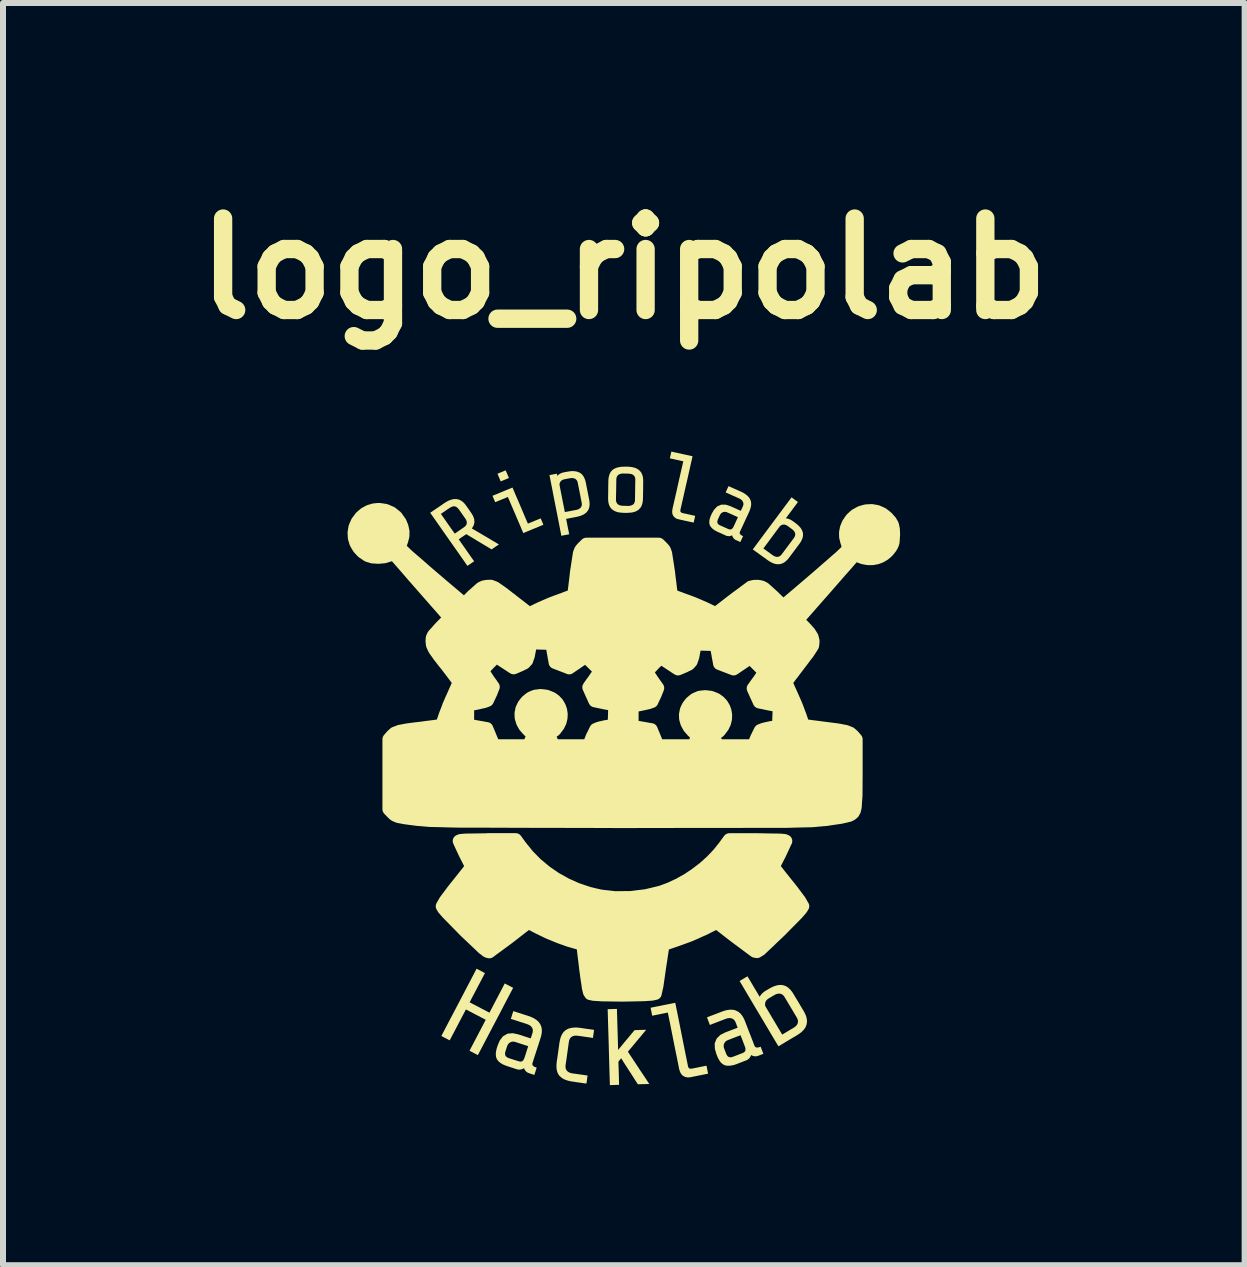
<source format=kicad_pcb>
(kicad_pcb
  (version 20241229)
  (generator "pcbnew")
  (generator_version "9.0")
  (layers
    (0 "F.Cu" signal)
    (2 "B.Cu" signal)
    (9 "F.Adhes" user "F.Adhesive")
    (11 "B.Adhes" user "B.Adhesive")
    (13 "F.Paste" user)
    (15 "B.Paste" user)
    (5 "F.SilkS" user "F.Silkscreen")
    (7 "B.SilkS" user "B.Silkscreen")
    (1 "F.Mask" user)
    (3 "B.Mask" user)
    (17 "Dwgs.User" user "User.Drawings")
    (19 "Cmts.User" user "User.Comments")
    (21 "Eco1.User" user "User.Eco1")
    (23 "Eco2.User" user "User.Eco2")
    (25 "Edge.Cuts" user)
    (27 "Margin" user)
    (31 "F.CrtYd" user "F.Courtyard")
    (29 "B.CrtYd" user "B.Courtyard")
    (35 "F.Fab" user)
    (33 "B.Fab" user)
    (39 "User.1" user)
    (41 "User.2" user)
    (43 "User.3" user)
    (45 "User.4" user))
  (footprint "logo_ripolab"
    (layer "F.Cu")
    (at 7.344 9.752)
    (property "Reference" "logo_ripolab" (at 0 -8.326 0) (layer "F.SilkS") (effects (font (size 1.524 1.524) (thickness 0.305))))
    (attr smd)
    (fp_poly (pts (xy -2.631 4.017) (xy -2.685 4.12) (xy -2.739 4.223) (xy -2.793 4.326) (xy -2.847 4.429) (xy -2.901 4.532) (xy -2.929 4.518) (xy -2.956 4.503) (xy -2.985 4.489) (xy -3.012 4.474) (xy -3.04 4.459) (xy -2.923 4.235) (xy -2.805 4.011) (xy -2.688 3.787) (xy -2.57 3.562) (xy -2.453 3.338) (xy -2.425 3.353) (xy -2.398 3.367) (xy -2.369 3.382) (xy -2.342 3.397) (xy -2.314 3.411) (xy -2.365 3.509) (xy -2.416 3.606) (xy -2.467 3.703) (xy -2.518 3.8) (xy -2.569 3.898) (xy -2.503 3.933) (xy -2.437 3.967) (xy -2.371 4.002) (xy -2.305 4.036) (xy -2.239 4.071) (xy -2.188 3.974) (xy -2.137 3.876) (xy -2.086 3.779) (xy -2.035 3.682) (xy -1.984 3.584) (xy -1.956 3.599) (xy -1.928 3.613) (xy -1.9 3.628) (xy -1.872 3.642) (xy -1.844 3.657) (xy -1.962 3.881) (xy -2.079 4.106) (xy -2.197 4.33) (xy -2.314 4.554) (xy -2.432 4.778) (xy -2.459 4.764) (xy -2.487 4.749) (xy -2.515 4.734) (xy -2.543 4.72) (xy -2.571 4.705) (xy -2.517 4.602) (xy -2.463 4.499) (xy -2.409 4.396) (xy -2.355 4.293) (xy -2.301 4.189) (xy -2.367 4.155) (xy -2.433 4.12) (xy -2.499 4.086) (xy -2.565 4.051) (xy -2.631 4.017)) (stroke (width 0) (type solid)) (fill yes) (layer "F.SilkS"))
    (fp_poly (pts (xy -0.09 4.887) (xy -0.088 4.964) (xy -0.085 5.042) (xy -0.083 5.119) (xy -0.081 5.196) (xy -0.079 5.273) (xy -0.109 5.274) (xy -0.14 5.275) (xy -0.171 5.276) (xy -0.202 5.277) (xy -0.232 5.278) (xy -0.24 5.025) (xy -0.247 4.772) (xy -0.254 4.519) (xy -0.262 4.266) (xy -0.269 4.013) (xy -0.238 4.012) (xy -0.208 4.011) (xy -0.177 4.01) (xy -0.146 4.009) (xy -0.115 4.008) (xy -0.111 4.145) (xy -0.107 4.282) (xy -0.103 4.418) (xy -0.099 4.555) (xy -0.095 4.692) (xy -0.041 4.626) (xy 0.014 4.559) (xy 0.069 4.494) (xy 0.124 4.428) (xy 0.179 4.362) (xy 0.218 4.361) (xy 0.256 4.359) (xy 0.295 4.358) (xy 0.334 4.357) (xy 0.372 4.356) (xy 0.312 4.429) (xy 0.251 4.502) (xy 0.19 4.575) (xy 0.129 4.648) (xy 0.068 4.721) (xy 0.139 4.829) (xy 0.21 4.936) (xy 0.281 5.044) (xy 0.353 5.151) (xy 0.424 5.259) (xy 0.386 5.26) (xy 0.348 5.261) (xy 0.31 5.262) (xy 0.272 5.263) (xy 0.234 5.264) (xy 0.178 5.178) (xy 0.123 5.091) (xy 0.067 5.005) (xy 0.011 4.918) (xy -0.044 4.831) (xy -0.054 4.842) (xy -0.063 4.853) (xy -0.072 4.864) (xy -0.081 4.876) (xy -0.09 4.887) (xy -0.09 4.887)) (stroke (width 0) (type solid)) (fill yes) (layer "F.SilkS"))
    (fp_poly (pts (xy 1.106 5.147) (xy 1.082 5.15) (xy 1.059 5.149) (xy 1.035 5.145) (xy 1.012 5.137) (xy 0.991 5.126) (xy 0.968 5.107) (xy 0.95 5.083) (xy 0.937 5.057) (xy 0.927 5.029) (xy 0.92 5) (xy 0.883 4.814) (xy 0.845 4.628) (xy 0.808 4.442) (xy 0.771 4.255) (xy 0.733 4.069) (xy 0.681 4.08) (xy 0.629 4.09) (xy 0.577 4.101) (xy 0.525 4.111) (xy 0.473 4.122) (xy 0.467 4.095) (xy 0.462 4.069) (xy 0.457 4.042) (xy 0.451 4.015) (xy 0.446 3.989) (xy 0.528 3.972) (xy 0.611 3.956) (xy 0.693 3.939) (xy 0.775 3.923) (xy 0.857 3.906) (xy 0.9 4.117) (xy 0.942 4.328) (xy 0.984 4.539) (xy 1.026 4.75) (xy 1.069 4.961) (xy 1.071 4.97) (xy 1.074 4.978) (xy 1.078 4.986) (xy 1.084 4.994) (xy 1.091 4.999) (xy 1.101 5.003) (xy 1.111 5.004) (xy 1.121 5.004) (xy 1.131 5.003) (xy 1.141 5.002) (xy 1.189 4.992) (xy 1.236 4.983) (xy 1.283 4.973) (xy 1.33 4.964) (xy 1.377 4.954) (xy 1.383 4.981) (xy 1.388 5.007) (xy 1.393 5.034) (xy 1.399 5.061) (xy 1.404 5.087) (xy 1.344 5.099) (xy 1.285 5.111) (xy 1.225 5.123) (xy 1.166 5.135) (xy 1.106 5.147) (xy 1.106 5.147)) (stroke (width 0) (type solid)) (fill yes) (layer "F.SilkS"))
    (fp_poly (pts (xy 0.908 -4.151) (xy 0.888 -4.156) (xy 0.869 -4.165) (xy 0.852 -4.177) (xy 0.837 -4.191) (xy 0.824 -4.207) (xy 0.813 -4.229) (xy 0.807 -4.254) (xy 0.806 -4.279) (xy 0.808 -4.304) (xy 0.812 -4.329) (xy 0.848 -4.486) (xy 0.884 -4.644) (xy 0.919 -4.801) (xy 0.955 -4.959) (xy 0.991 -5.116) (xy 0.946 -5.126) (xy 0.901 -5.136) (xy 0.856 -5.146) (xy 0.812 -5.156) (xy 0.767 -5.165) (xy 0.772 -5.188) (xy 0.777 -5.21) (xy 0.782 -5.233) (xy 0.787 -5.255) (xy 0.792 -5.278) (xy 0.863 -5.262) (xy 0.934 -5.247) (xy 1.004 -5.231) (xy 1.075 -5.216) (xy 1.145 -5.2) (xy 1.105 -5.022) (xy 1.065 -4.843) (xy 1.024 -4.665) (xy 0.984 -4.487) (xy 0.943 -4.308) (xy 0.942 -4.301) (xy 0.942 -4.293) (xy 0.942 -4.285) (xy 0.944 -4.277) (xy 0.948 -4.271) (xy 0.954 -4.265) (xy 0.961 -4.26) (xy 0.97 -4.256) (xy 0.978 -4.254) (xy 0.987 -4.251) (xy 1.027 -4.243) (xy 1.068 -4.234) (xy 1.108 -4.225) (xy 1.148 -4.216) (xy 1.189 -4.207) (xy 1.184 -4.185) (xy 1.179 -4.162) (xy 1.174 -4.14) (xy 1.169 -4.117) (xy 1.164 -4.095) (xy 1.112 -4.106) (xy 1.061 -4.117) (xy 1.01 -4.128) (xy 0.959 -4.139) (xy 0.908 -4.151) (xy 0.908 -4.151) (xy 0.908 -4.151)) (stroke (width 0) (type solid)) (fill yes) (layer "F.SilkS"))
    (fp_poly (pts (xy -1.969 -4.965) (xy -1.556 -4.095) (xy -1.513 -4.112) (xy -1.471 -4.13) (xy -1.428 -4.147) (xy -1.386 -4.165) (xy -1.376 -4.144) (xy -1.367 -4.123) (xy -1.358 -4.102) (xy -1.349 -4.08) (xy -1.34 -4.059) (xy -1.407 -4.031) (xy -1.474 -4.003) (xy -1.541 -3.976) (xy -1.608 -3.948) (xy -1.675 -3.92) (xy -1.726 -4.04) (xy -1.778 -4.161) (xy -1.829 -4.281) (xy -1.881 -4.402) (xy -1.932 -4.522) (xy -1.974 -4.504) (xy -2.017 -4.487) (xy -2.059 -4.469) (xy -2.101 -4.452) (xy -2.143 -4.434) (xy -2.143 -4.434) (xy -2.152 -4.456) (xy -2.161 -4.477) (xy -2.17 -4.498) (xy -2.179 -4.519) (xy -2.189 -4.541) (xy -2.122 -4.568) (xy -2.055 -4.596) (xy -1.988 -4.624) (xy -1.922 -4.651) (xy -1.855 -4.679) (xy -1.804 -4.558) (xy -1.752 -4.438) (xy -1.701 -4.318) (xy -1.65 -4.197) (xy -1.598 -4.077) (xy -1.556 -4.095) (xy -1.969 -4.965) (xy -1.958 -4.94) (xy -1.947 -4.914) (xy -1.936 -4.889) (xy -1.925 -4.863) (xy -1.914 -4.838) (xy -1.942 -4.826) (xy -1.969 -4.815) (xy -1.996 -4.804) (xy -2.024 -4.792) (xy -2.051 -4.781) (xy -2.062 -4.806) (xy -2.073 -4.832) (xy -2.084 -4.858) (xy -2.094 -4.883) (xy -2.105 -4.908) (xy -2.078 -4.92) (xy -2.051 -4.931) (xy -2.023 -4.942) (xy -1.996 -4.954) (xy -1.969 -4.965) (xy -1.969 -4.965)) (stroke (width 0) (type solid)) (fill yes) (layer "F.SilkS"))
    (fp_poly (pts (xy -0.854 5.219) (xy -0.903 5.211) (xy -0.95 5.198) (xy -0.997 5.18) (xy -1.039 5.154) (xy -1.076 5.12) (xy -1.101 5.08) (xy -1.116 5.034) (xy -1.122 4.986) (xy -1.122 4.938) (xy -1.118 4.89) (xy -1.108 4.825) (xy -1.099 4.761) (xy -1.09 4.696) (xy -1.081 4.632) (xy -1.072 4.568) (xy -1.063 4.521) (xy -1.05 4.475) (xy -1.03 4.431) (xy -1.003 4.392) (xy -0.967 4.36) (xy -0.923 4.337) (xy -0.875 4.324) (xy -0.826 4.319) (xy -0.776 4.319) (xy -0.727 4.324) (xy -0.681 4.331) (xy -0.634 4.338) (xy -0.588 4.344) (xy -0.542 4.351) (xy -0.496 4.357) (xy -0.5 4.384) (xy -0.503 4.411) (xy -0.507 4.438) (xy -0.511 4.465) (xy -0.515 4.492) (xy -0.565 4.484) (xy -0.615 4.477) (xy -0.664 4.47) (xy -0.714 4.463) (xy -0.764 4.456) (xy -0.785 4.454) (xy -0.807 4.454) (xy -0.828 4.456) (xy -0.849 4.462) (xy -0.868 4.472) (xy -0.883 4.484) (xy -0.895 4.499) (xy -0.904 4.516) (xy -0.911 4.534) (xy -0.915 4.553) (xy -0.926 4.632) (xy -0.937 4.711) (xy -0.948 4.79) (xy -0.959 4.868) (xy -0.971 4.947) (xy -0.972 4.967) (xy -0.971 4.986) (xy -0.967 5.005) (xy -0.96 5.022) (xy -0.949 5.038) (xy -0.933 5.053) (xy -0.915 5.064) (xy -0.895 5.073) (xy -0.874 5.079) (xy -0.853 5.083) (xy -0.803 5.09) (xy -0.753 5.097) (xy -0.703 5.104) (xy -0.654 5.111) (xy -0.604 5.118) (xy -0.608 5.145) (xy -0.612 5.172) (xy -0.615 5.199) (xy -0.619 5.225) (xy -0.623 5.252) (xy -0.669 5.246) (xy -0.716 5.239) (xy -0.762 5.233) (xy -0.808 5.226) (xy -0.854 5.219) (xy -0.854 5.219)) (stroke (width 0) (type solid)) (fill yes) (layer "F.SilkS"))
    (fp_poly (pts (xy -2.829 -4.487) (xy -2.836 -4.366) (xy -2.817 -4.365) (xy -2.8 -4.36) (xy -2.784 -4.351) (xy -2.769 -4.339) (xy -2.757 -4.325) (xy -2.746 -4.311) (xy -2.725 -4.282) (xy -2.705 -4.253) (xy -2.685 -4.224) (xy -2.664 -4.195) (xy -2.644 -4.166) (xy -2.634 -4.15) (xy -2.625 -4.134) (xy -2.619 -4.116) (xy -2.616 -4.098) (xy -2.617 -4.079) (xy -2.623 -4.062) (xy -2.632 -4.046) (xy -2.644 -4.032) (xy -2.658 -4.021) (xy -2.673 -4.01) (xy -2.702 -3.99) (xy -2.731 -3.97) (xy -2.76 -3.95) (xy -2.788 -3.931) (xy -2.817 -3.911) (xy -2.864 -3.977) (xy -2.91 -4.042) (xy -2.956 -4.108) (xy -3.002 -4.174) (xy -3.048 -4.24) (xy -3.019 -4.259) (xy -2.99 -4.279) (xy -2.961 -4.299) (xy -2.932 -4.319) (xy -2.903 -4.338) (xy -2.888 -4.348) (xy -2.871 -4.356) (xy -2.854 -4.363) (xy -2.836 -4.366) (xy -2.829 -4.487) (xy -2.871 -4.478) (xy -2.911 -4.464) (xy -2.949 -4.445) (xy -2.985 -4.423) (xy -3.033 -4.39) (xy -3.081 -4.357) (xy -3.13 -4.324) (xy -3.178 -4.291) (xy -3.226 -4.258) (xy -3.102 -4.082) (xy -2.978 -3.904) (xy -2.854 -3.728) (xy -2.73 -3.551) (xy -2.606 -3.374) (xy -2.583 -3.389) (xy -2.561 -3.404) (xy -2.538 -3.42) (xy -2.516 -3.435) (xy -2.494 -3.45) (xy -2.546 -3.523) (xy -2.597 -3.596) (xy -2.648 -3.669) (xy -2.7 -3.743) (xy -2.751 -3.816) (xy -2.726 -3.833) (xy -2.701 -3.851) (xy -2.675 -3.868) (xy -2.65 -3.885) (xy -2.625 -3.902) (xy -2.54 -3.851) (xy -2.456 -3.8) (xy -2.371 -3.749) (xy -2.287 -3.699) (xy -2.203 -3.648) (xy -2.179 -3.664) (xy -2.154 -3.681) (xy -2.13 -3.698) (xy -2.105 -3.714) (xy -2.081 -3.731) (xy -2.171 -3.784) (xy -2.261 -3.838) (xy -2.351 -3.891) (xy -2.441 -3.944) (xy -2.532 -3.997) (xy -2.503 -4.045) (xy -2.489 -4.099) (xy -2.493 -4.154) (xy -2.513 -4.207) (xy -2.541 -4.254) (xy -2.558 -4.278) (xy -2.575 -4.303) (xy -2.592 -4.327) (xy -2.609 -4.351) (xy -2.626 -4.376) (xy -2.651 -4.408) (xy -2.679 -4.437) (xy -2.711 -4.46) (xy -2.748 -4.478) (xy -2.787 -4.486) (xy -2.829 -4.487)) (stroke (width 0) (type solid)) (fill yes) (layer "F.SilkS"))
    (fp_poly (pts (xy 2.06 3.465) (xy 2.034 3.481) (xy 2.639 4.436) (xy 2.584 4.344) (xy 2.53 4.253) (xy 2.475 4.161) (xy 2.421 4.069) (xy 2.366 3.977) (xy 2.359 3.964) (xy 2.355 3.95) (xy 2.353 3.935) (xy 2.354 3.92) (xy 2.356 3.906) (xy 2.362 3.887) (xy 2.372 3.87) (xy 2.385 3.856) (xy 2.399 3.843) (xy 2.416 3.832) (xy 2.433 3.822) (xy 2.451 3.812) (xy 2.468 3.801) (xy 2.485 3.791) (xy 2.503 3.781) (xy 2.522 3.77) (xy 2.541 3.762) (xy 2.562 3.756) (xy 2.584 3.753) (xy 2.606 3.755) (xy 2.624 3.76) (xy 2.641 3.769) (xy 2.656 3.782) (xy 2.669 3.796) (xy 2.679 3.812) (xy 2.72 3.88) (xy 2.761 3.949) (xy 2.802 4.017) (xy 2.842 4.085) (xy 2.883 4.154) (xy 2.892 4.171) (xy 2.898 4.189) (xy 2.902 4.208) (xy 2.901 4.227) (xy 2.897 4.246) (xy 2.889 4.266) (xy 2.877 4.283) (xy 2.862 4.299) (xy 2.845 4.312) (xy 2.827 4.324) (xy 2.789 4.346) (xy 2.751 4.369) (xy 2.714 4.391) (xy 2.676 4.413) (xy 2.639 4.436) (xy 2.034 3.481) (xy 2.008 3.496) (xy 1.981 3.512) (xy 1.955 3.528) (xy 1.929 3.543) (xy 2.058 3.761) (xy 2.187 3.979) (xy 2.317 4.196) (xy 2.446 4.414) (xy 2.576 4.631) (xy 2.637 4.595) (xy 2.698 4.558) (xy 2.759 4.522) (xy 2.819 4.486) (xy 2.88 4.45) (xy 2.922 4.423) (xy 2.961 4.393) (xy 2.996 4.358) (xy 3.025 4.318) (xy 3.044 4.272) (xy 3.052 4.225) (xy 3.049 4.178) (xy 3.038 4.131) (xy 3.019 4.086) (xy 2.997 4.044) (xy 2.963 3.988) (xy 2.93 3.932) (xy 2.897 3.876) (xy 2.863 3.821) (xy 2.83 3.765) (xy 2.804 3.724) (xy 2.774 3.687) (xy 2.739 3.654) (xy 2.699 3.628) (xy 2.654 3.613) (xy 2.604 3.608) (xy 2.555 3.615) (xy 2.507 3.629) (xy 2.462 3.649) (xy 2.418 3.673) (xy 2.407 3.68) (xy 2.396 3.686) (xy 2.385 3.693) (xy 2.373 3.7) (xy 2.362 3.706) (xy 2.338 3.722) (xy 2.316 3.74) (xy 2.296 3.76) (xy 2.278 3.782) (xy 2.264 3.807) (xy 2.223 3.738) (xy 2.182 3.67) (xy 2.142 3.602) (xy 2.101 3.533) (xy 2.06 3.465)) (stroke (width 0) (type solid)) (fill yes) (layer "F.SilkS"))
    (fp_poly (pts (xy 2.795 -4.515) (xy 2.668 -4.062) (xy 2.685 -4.06) (xy 2.7 -4.055) (xy 2.716 -4.047) (xy 2.729 -4.039) (xy 2.73 -4.038) (xy 2.744 -4.028) (xy 2.757 -4.018) (xy 2.771 -4.008) (xy 2.785 -3.998) (xy 2.8 -3.987) (xy 2.814 -3.976) (xy 2.828 -3.963) (xy 2.839 -3.949) (xy 2.848 -3.933) (xy 2.855 -3.916) (xy 2.856 -3.9) (xy 2.855 -3.883) (xy 2.85 -3.868) (xy 2.843 -3.853) (xy 2.834 -3.839) (xy 2.794 -3.784) (xy 2.753 -3.73) (xy 2.712 -3.675) (xy 2.672 -3.621) (xy 2.631 -3.566) (xy 2.621 -3.554) (xy 2.609 -3.543) (xy 2.595 -3.533) (xy 2.579 -3.527) (xy 2.563 -3.524) (xy 2.545 -3.524) (xy 2.526 -3.528) (xy 2.509 -3.535) (xy 2.492 -3.544) (xy 2.477 -3.554) (xy 2.446 -3.576) (xy 2.416 -3.598) (xy 2.386 -3.62) (xy 2.355 -3.642) (xy 2.325 -3.664) (xy 2.38 -3.737) (xy 2.434 -3.81) (xy 2.488 -3.883) (xy 2.542 -3.956) (xy 2.597 -4.029) (xy 2.606 -4.039) (xy 2.616 -4.047) (xy 2.627 -4.053) (xy 2.639 -4.058) (xy 2.651 -4.061) (xy 2.668 -4.062) (xy 2.795 -4.515) (xy 2.665 -4.342) (xy 2.536 -4.168) (xy 2.407 -3.995) (xy 2.278 -3.822) (xy 2.149 -3.648) (xy 2.198 -3.612) (xy 2.247 -3.577) (xy 2.296 -3.541) (xy 2.346 -3.506) (xy 2.395 -3.47) (xy 2.43 -3.446) (xy 2.468 -3.426) (xy 2.507 -3.41) (xy 2.549 -3.401) (xy 2.591 -3.401) (xy 2.631 -3.41) (xy 2.669 -3.428) (xy 2.701 -3.453) (xy 2.731 -3.482) (xy 2.756 -3.514) (xy 2.79 -3.559) (xy 2.823 -3.603) (xy 2.856 -3.647) (xy 2.889 -3.692) (xy 2.923 -3.737) (xy 2.946 -3.77) (xy 2.965 -3.807) (xy 2.98 -3.844) (xy 2.986 -3.885) (xy 2.984 -3.925) (xy 2.97 -3.965) (xy 2.949 -4.002) (xy 2.921 -4.034) (xy 2.89 -4.063) (xy 2.857 -4.089) (xy 2.847 -4.096) (xy 2.838 -4.103) (xy 2.829 -4.109) (xy 2.82 -4.116) (xy 2.811 -4.122) (xy 2.791 -4.136) (xy 2.769 -4.147) (xy 2.746 -4.156) (xy 2.723 -4.163) (xy 2.699 -4.165) (xy 2.739 -4.22) (xy 2.78 -4.274) (xy 2.82 -4.329) (xy 2.861 -4.383) (xy 2.901 -4.438) (xy 2.88 -4.454) (xy 2.858 -4.469) (xy 2.837 -4.485) (xy 2.816 -4.5) (xy 2.795 -4.515)) (stroke (width 0) (type solid)) (fill yes) (layer "F.SilkS"))
    (fp_poly (pts (xy -0.854 -4.953) (xy -0.864 -4.837) (xy -0.845 -4.835) (xy -0.827 -4.831) (xy -0.81 -4.824) (xy -0.797 -4.814) (xy -0.786 -4.802) (xy -0.777 -4.788) (xy -0.771 -4.773) (xy -0.767 -4.757) (xy -0.754 -4.69) (xy -0.741 -4.624) (xy -0.728 -4.558) (xy -0.715 -4.491) (xy -0.702 -4.425) (xy -0.7 -4.409) (xy -0.7 -4.393) (xy -0.702 -4.376) (xy -0.708 -4.361) (xy -0.717 -4.347) (xy -0.73 -4.334) (xy -0.745 -4.323) (xy -0.762 -4.315) (xy -0.779 -4.309) (xy -0.797 -4.305) (xy -0.835 -4.298) (xy -0.872 -4.291) (xy -0.908 -4.284) (xy -0.946 -4.277) (xy -0.983 -4.27) (xy -1 -4.359) (xy -1.018 -4.448) (xy -1.035 -4.537) (xy -1.053 -4.626) (xy -1.07 -4.715) (xy -1.071 -4.727) (xy -1.071 -4.74) (xy -1.068 -4.753) (xy -1.063 -4.765) (xy -1.057 -4.776) (xy -1.046 -4.788) (xy -1.034 -4.799) (xy -1.019 -4.807) (xy -1.004 -4.813) (xy -0.987 -4.817) (xy -0.969 -4.82) (xy -0.952 -4.824) (xy -0.935 -4.827) (xy -0.918 -4.83) (xy -0.901 -4.833) (xy -0.882 -4.836) (xy -0.864 -4.837) (xy -0.854 -4.953) (xy -0.896 -4.95) (xy -0.939 -4.943) (xy -0.95 -4.941) (xy -0.961 -4.939) (xy -0.972 -4.937) (xy -0.983 -4.935) (xy -0.994 -4.933) (xy -1.02 -4.927) (xy -1.045 -4.918) (xy -1.068 -4.906) (xy -1.09 -4.892) (xy -1.109 -4.873) (xy -1.111 -4.88) (xy -1.112 -4.888) (xy -1.113 -4.895) (xy -1.115 -4.902) (xy -1.116 -4.909) (xy -1.141 -4.905) (xy -1.166 -4.9) (xy -1.19 -4.895) (xy -1.214 -4.891) (xy -1.239 -4.886) (xy -1.199 -4.684) (xy -1.16 -4.482) (xy -1.12 -4.28) (xy -1.08 -4.077) (xy -1.041 -3.875) (xy -1.014 -3.88) (xy -0.988 -3.886) (xy -0.962 -3.89) (xy -0.936 -3.895) (xy -0.911 -3.9) (xy -0.92 -3.952) (xy -0.931 -4.003) (xy -0.941 -4.054) (xy -0.951 -4.105) (xy -0.961 -4.157) (xy -0.927 -4.163) (xy -0.893 -4.17) (xy -0.858 -4.176) (xy -0.825 -4.183) (xy -0.791 -4.189) (xy -0.749 -4.199) (xy -0.709 -4.212) (xy -0.671 -4.229) (xy -0.635 -4.253) (xy -0.606 -4.284) (xy -0.585 -4.319) (xy -0.574 -4.358) (xy -0.57 -4.399) (xy -0.572 -4.44) (xy -0.578 -4.48) (xy -0.589 -4.534) (xy -0.599 -4.588) (xy -0.61 -4.643) (xy -0.621 -4.697) (xy -0.631 -4.752) (xy -0.641 -4.792) (xy -0.654 -4.83) (xy -0.673 -4.866) (xy -0.698 -4.899) (xy -0.73 -4.924) (xy -0.769 -4.941) (xy -0.811 -4.95) (xy -0.854 -4.953)) (stroke (width 0) (type solid)) (fill yes) (layer "F.SilkS"))
    (fp_poly (pts (xy 0.01 -5.026) (xy -0.007 -4.913) (xy 0.01 -4.912) (xy 0.026 -4.912) (xy 0.043 -4.911) (xy 0.059 -4.911) (xy 0.076 -4.91) (xy 0.095 -4.909) (xy 0.113 -4.906) (xy 0.131 -4.902) (xy 0.147 -4.894) (xy 0.163 -4.883) (xy 0.174 -4.871) (xy 0.182 -4.857) (xy 0.188 -4.841) (xy 0.191 -4.825) (xy 0.191 -4.809) (xy 0.19 -4.741) (xy 0.189 -4.674) (xy 0.188 -4.606) (xy 0.187 -4.538) (xy 0.186 -4.471) (xy 0.185 -4.454) (xy 0.181 -4.439) (xy 0.175 -4.423) (xy 0.167 -4.409) (xy 0.156 -4.397) (xy 0.14 -4.387) (xy 0.122 -4.38) (xy 0.104 -4.376) (xy 0.086 -4.373) (xy 0.068 -4.372) (xy 0.051 -4.373) (xy 0.035 -4.373) (xy 0.018 -4.374) (xy 0.002 -4.375) (xy -0.015 -4.375) (xy -0.034 -4.376) (xy -0.052 -4.379) (xy -0.07 -4.384) (xy -0.087 -4.392) (xy -0.102 -4.402) (xy -0.113 -4.415) (xy -0.121 -4.429) (xy -0.127 -4.444) (xy -0.13 -4.46) (xy -0.131 -4.477) (xy -0.13 -4.545) (xy -0.128 -4.612) (xy -0.127 -4.679) (xy -0.126 -4.747) (xy -0.125 -4.815) (xy -0.124 -4.831) (xy -0.12 -4.847) (xy -0.114 -4.862) (xy -0.106 -4.876) (xy -0.095 -4.888) (xy -0.079 -4.898) (xy -0.061 -4.905) (xy -0.044 -4.91) (xy -0.025 -4.912) (xy -0.007 -4.913) (xy 0.01 -5.026) (xy -0.032 -5.025) (xy -0.074 -5.02) (xy -0.116 -5.01) (xy -0.156 -4.994) (xy -0.192 -4.97) (xy -0.218 -4.939) (xy -0.237 -4.904) (xy -0.249 -4.864) (xy -0.256 -4.824) (xy -0.258 -4.783) (xy -0.259 -4.728) (xy -0.26 -4.673) (xy -0.26 -4.618) (xy -0.261 -4.562) (xy -0.262 -4.507) (xy -0.261 -4.466) (xy -0.256 -4.426) (xy -0.245 -4.386) (xy -0.227 -4.35) (xy -0.201 -4.319) (xy -0.166 -4.294) (xy -0.127 -4.276) (xy -0.086 -4.265) (xy -0.043 -4.26) (xy -0.001 -4.257) (xy 0.009 -4.257) (xy 0.02 -4.257) (xy 0.03 -4.257) (xy 0.04 -4.257) (xy 0.051 -4.257) (xy 0.093 -4.259) (xy 0.135 -4.263) (xy 0.177 -4.273) (xy 0.216 -4.289) (xy 0.251 -4.313) (xy 0.279 -4.344) (xy 0.298 -4.379) (xy 0.31 -4.418) (xy 0.317 -4.459) (xy 0.319 -4.5) (xy 0.32 -4.555) (xy 0.321 -4.61) (xy 0.322 -4.665) (xy 0.322 -4.721) (xy 0.323 -4.776) (xy 0.322 -4.817) (xy 0.317 -4.858) (xy 0.305 -4.897) (xy 0.287 -4.933) (xy 0.26 -4.964) (xy 0.226 -4.989) (xy 0.188 -5.007) (xy 0.147 -5.017) (xy 0.104 -5.024) (xy 0.062 -5.026) (xy 0.052 -5.026) (xy 0.041 -5.026) (xy 0.031 -5.026) (xy 0.021 -5.026) (xy 0.01 -5.026)) (stroke (width 0) (type solid)) (fill yes) (layer "F.SilkS"))
    (fp_poly (pts (xy 1.745 -4.702) (xy 1.735 -4.681) (xy 1.725 -4.66) (xy 1.716 -4.639) (xy 1.706 -4.618) (xy 1.697 -4.597) (xy 1.741 -4.578) (xy 1.785 -4.558) (xy 1.829 -4.538) (xy 1.873 -4.519) (xy 1.917 -4.499) (xy 1.934 -4.491) (xy 1.95 -4.481) (xy 1.964 -4.47) (xy 1.976 -4.456) (xy 1.985 -4.44) (xy 1.991 -4.424) (xy 1.993 -4.408) (xy 1.992 -4.392) (xy 1.987 -4.376) (xy 1.982 -4.361) (xy 1.901 -4.185) (xy 1.887 -4.154) (xy 1.873 -4.124) (xy 1.859 -4.093) (xy 1.845 -4.062) (xy 1.83 -4.031) (xy 1.825 -4.021) (xy 1.82 -4.011) (xy 1.813 -4.002) (xy 1.805 -3.994) (xy 1.796 -3.986) (xy 1.784 -3.981) (xy 1.77 -3.98) (xy 1.758 -3.982) (xy 1.745 -3.986) (xy 1.733 -3.991) (xy 1.708 -4.002) (xy 1.683 -4.013) (xy 1.657 -4.025) (xy 1.632 -4.036) (xy 1.607 -4.047) (xy 1.595 -4.053) (xy 1.584 -4.059) (xy 1.575 -4.067) (xy 1.566 -4.077) (xy 1.561 -4.088) (xy 1.558 -4.1) (xy 1.558 -4.113) (xy 1.56 -4.125) (xy 1.563 -4.137) (xy 1.568 -4.149) (xy 1.575 -4.163) (xy 1.581 -4.177) (xy 1.587 -4.191) (xy 1.594 -4.205) (xy 1.6 -4.218) (xy 1.607 -4.231) (xy 1.616 -4.243) (xy 1.626 -4.254) (xy 1.638 -4.262) (xy 1.652 -4.268) (xy 1.666 -4.272) (xy 1.681 -4.274) (xy 1.696 -4.273) (xy 1.71 -4.27) (xy 1.724 -4.264) (xy 1.76 -4.249) (xy 1.795 -4.233) (xy 1.83 -4.217) (xy 1.866 -4.201) (xy 1.901 -4.185) (xy 1.982 -4.361) (xy 1.975 -4.347) (xy 1.969 -4.333) (xy 1.962 -4.319) (xy 1.956 -4.305) (xy 1.949 -4.291) (xy 1.914 -4.306) (xy 1.879 -4.322) (xy 1.844 -4.338) (xy 1.809 -4.353) (xy 1.774 -4.369) (xy 1.701 -4.393) (xy 1.626 -4.394) (xy 1.557 -4.365) (xy 1.504 -4.31) (xy 1.466 -4.245) (xy 1.463 -4.239) (xy 1.461 -4.233) (xy 1.458 -4.228) (xy 1.456 -4.222) (xy 1.453 -4.217) (xy 1.44 -4.184) (xy 1.43 -4.151) (xy 1.424 -4.117) (xy 1.425 -4.082) (xy 1.434 -4.048) (xy 1.454 -4.018) (xy 1.479 -3.992) (xy 1.508 -3.97) (xy 1.54 -3.952) (xy 1.573 -3.936) (xy 1.598 -3.925) (xy 1.623 -3.914) (xy 1.648 -3.902) (xy 1.673 -3.891) (xy 1.699 -3.879) (xy 1.719 -3.872) (xy 1.741 -3.869) (xy 1.763 -3.869) (xy 1.784 -3.874) (xy 1.805 -3.883) (xy 1.808 -3.873) (xy 1.811 -3.863) (xy 1.816 -3.853) (xy 1.821 -3.844) (xy 1.827 -3.836) (xy 1.833 -3.829) (xy 1.84 -3.822) (xy 1.847 -3.816) (xy 1.855 -3.81) (xy 1.863 -3.806) (xy 1.864 -3.806) (xy 1.879 -3.799) (xy 1.895 -3.792) (xy 1.91 -3.785) (xy 1.926 -3.778) (xy 1.942 -3.771) (xy 1.951 -3.791) (xy 1.96 -3.81) (xy 1.969 -3.83) (xy 1.978 -3.849) (xy 1.987 -3.869) (xy 1.976 -3.874) (xy 1.965 -3.88) (xy 1.954 -3.887) (xy 1.945 -3.894) (xy 1.936 -3.904) (xy 1.933 -3.911) (xy 1.931 -3.919) (xy 1.931 -3.926) (xy 1.932 -3.935) (xy 1.935 -3.943) (xy 1.966 -4.01) (xy 1.997 -4.077) (xy 2.028 -4.144) (xy 2.059 -4.211) (xy 2.09 -4.278) (xy 2.105 -4.317) (xy 2.116 -4.355) (xy 2.122 -4.396) (xy 2.12 -4.437) (xy 2.108 -4.476) (xy 2.087 -4.512) (xy 2.058 -4.543) (xy 2.025 -4.569) (xy 1.989 -4.592) (xy 1.951 -4.61) (xy 1.91 -4.629) (xy 1.869 -4.647) (xy 1.828 -4.665) (xy 1.786 -4.684) (xy 1.745 -4.702)) (stroke (width 0) (type solid)) (fill yes) (layer "F.SilkS"))
    (fp_poly (pts (xy -1.841 4.045) (xy -1.849 4.07) (xy -1.858 4.096) (xy -1.866 4.122) (xy -1.874 4.148) (xy -1.883 4.174) (xy -1.829 4.191) (xy -1.776 4.208) (xy -1.723 4.226) (xy -1.669 4.243) (xy -1.616 4.26) (xy -1.596 4.268) (xy -1.576 4.277) (xy -1.558 4.289) (xy -1.542 4.303) (xy -1.529 4.321) (xy -1.521 4.338) (xy -1.517 4.356) (xy -1.516 4.376) (xy -1.518 4.395) (xy -1.523 4.414) (xy -1.593 4.629) (xy -1.605 4.666) (xy -1.617 4.704) (xy -1.629 4.742) (xy -1.641 4.78) (xy -1.654 4.818) (xy -1.658 4.83) (xy -1.664 4.843) (xy -1.67 4.855) (xy -1.678 4.866) (xy -1.687 4.876) (xy -1.7 4.883) (xy -1.716 4.886) (xy -1.731 4.885) (xy -1.746 4.882) (xy -1.761 4.878) (xy -1.791 4.868) (xy -1.822 4.859) (xy -1.852 4.849) (xy -1.883 4.839) (xy -1.914 4.829) (xy -1.927 4.824) (xy -1.941 4.817) (xy -1.953 4.809) (xy -1.964 4.799) (xy -1.972 4.787) (xy -1.977 4.773) (xy -1.979 4.759) (xy -1.979 4.744) (xy -1.976 4.729) (xy -1.972 4.715) (xy -1.966 4.697) (xy -1.961 4.68) (xy -1.955 4.663) (xy -1.95 4.646) (xy -1.944 4.629) (xy -1.938 4.613) (xy -1.929 4.598) (xy -1.918 4.585) (xy -1.906 4.574) (xy -1.891 4.564) (xy -1.883 4.561) (xy -1.875 4.558) (xy -1.867 4.556) (xy -1.859 4.554) (xy -1.851 4.553) (xy -1.842 4.553) (xy -1.833 4.554) (xy -1.825 4.555) (xy -1.816 4.557) (xy -1.808 4.559) (xy -1.765 4.573) (xy -1.722 4.587) (xy -1.679 4.601) (xy -1.636 4.615) (xy -1.593 4.629) (xy -1.523 4.414) (xy -1.529 4.431) (xy -1.534 4.448) (xy -1.54 4.465) (xy -1.545 4.482) (xy -1.551 4.499) (xy -1.593 4.486) (xy -1.636 4.472) (xy -1.679 4.458) (xy -1.721 4.444) (xy -1.764 4.431) (xy -1.85 4.413) (xy -1.938 4.421) (xy -2.014 4.465) (xy -2.067 4.535) (xy -2.102 4.616) (xy -2.104 4.623) (xy -2.106 4.63) (xy -2.108 4.637) (xy -2.11 4.644) (xy -2.113 4.651) (xy -2.124 4.69) (xy -2.131 4.73) (xy -2.133 4.772) (xy -2.128 4.812) (xy -2.113 4.85) (xy -2.086 4.883) (xy -2.053 4.91) (xy -2.017 4.932) (xy -1.978 4.949) (xy -1.938 4.963) (xy -1.908 4.973) (xy -1.877 4.983) (xy -1.846 4.993) (xy -1.816 5.003) (xy -1.785 5.013) (xy -1.76 5.019) (xy -1.735 5.02) (xy -1.71 5.016) (xy -1.685 5.008) (xy -1.663 4.995) (xy -1.659 5.006) (xy -1.653 5.018) (xy -1.647 5.028) (xy -1.639 5.038) (xy -1.631 5.048) (xy -1.623 5.055) (xy -1.614 5.062) (xy -1.605 5.068) (xy -1.596 5.073) (xy -1.585 5.077) (xy -1.566 5.083) (xy -1.548 5.09) (xy -1.529 5.096) (xy -1.51 5.102) (xy -1.491 5.108) (xy -1.483 5.084) (xy -1.475 5.06) (xy -1.468 5.036) (xy -1.46 5.012) (xy -1.452 4.987) (xy -1.466 4.982) (xy -1.479 4.977) (xy -1.492 4.971) (xy -1.504 4.963) (xy -1.515 4.954) (xy -1.52 4.945) (xy -1.523 4.936) (xy -1.524 4.927) (xy -1.524 4.917) (xy -1.521 4.908) (xy -1.495 4.826) (xy -1.468 4.743) (xy -1.441 4.66) (xy -1.415 4.578) (xy -1.388 4.495) (xy -1.375 4.449) (xy -1.367 4.401) (xy -1.366 4.353) (xy -1.374 4.306) (xy -1.393 4.262) (xy -1.422 4.222) (xy -1.459 4.189) (xy -1.501 4.163) (xy -1.545 4.142) (xy -1.592 4.125) (xy -1.642 4.109) (xy -1.692 4.093) (xy -1.741 4.077) (xy -1.791 4.061) (xy -1.841 4.045)) (stroke (width 0) (type solid)) (fill yes) (layer "F.SilkS"))
    (fp_poly (pts (xy 1.763 4.022) (xy 1.736 4.025) (xy 1.709 4.03) (xy 1.682 4.037) (xy 1.655 4.046) (xy 1.629 4.055) (xy 1.58 4.074) (xy 1.531 4.093) (xy 1.483 4.111) (xy 1.434 4.13) (xy 1.385 4.149) (xy 1.395 4.174) (xy 1.404 4.199) (xy 1.414 4.225) (xy 1.424 4.25) (xy 1.434 4.276) (xy 1.486 4.255) (xy 1.538 4.235) (xy 1.59 4.215) (xy 1.643 4.195) (xy 1.695 4.175) (xy 1.715 4.168) (xy 1.736 4.163) (xy 1.758 4.161) (xy 1.78 4.162) (xy 1.8 4.167) (xy 1.818 4.176) (xy 1.833 4.187) (xy 1.846 4.202) (xy 1.856 4.218) (xy 1.864 4.236) (xy 1.871 4.253) (xy 1.877 4.27) (xy 1.883 4.287) (xy 1.89 4.304) (xy 1.897 4.321) (xy 1.945 4.447) (xy 1.959 4.484) (xy 1.974 4.521) (xy 1.988 4.559) (xy 2.002 4.596) (xy 2.016 4.633) (xy 2.021 4.645) (xy 2.024 4.658) (xy 2.027 4.671) (xy 2.027 4.685) (xy 2.026 4.698) (xy 2.021 4.713) (xy 2.011 4.724) (xy 1.999 4.733) (xy 1.985 4.741) (xy 1.971 4.747) (xy 1.941 4.758) (xy 1.911 4.77) (xy 1.881 4.782) (xy 1.851 4.793) (xy 1.821 4.805) (xy 1.807 4.809) (xy 1.792 4.813) (xy 1.778 4.814) (xy 1.763 4.813) (xy 1.749 4.809) (xy 1.736 4.801) (xy 1.726 4.791) (xy 1.717 4.779) (xy 1.71 4.766) (xy 1.704 4.753) (xy 1.698 4.736) (xy 1.691 4.719) (xy 1.685 4.702) (xy 1.678 4.685) (xy 1.672 4.668) (xy 1.667 4.652) (xy 1.664 4.635) (xy 1.664 4.618) (xy 1.666 4.601) (xy 1.672 4.585) (xy 1.681 4.569) (xy 1.691 4.556) (xy 1.704 4.544) (xy 1.718 4.535) (xy 1.734 4.528) (xy 1.776 4.512) (xy 1.818 4.495) (xy 1.861 4.479) (xy 1.903 4.463) (xy 1.945 4.447) (xy 1.897 4.321) (xy 1.855 4.337) (xy 1.813 4.353) (xy 1.771 4.369) (xy 1.729 4.385) (xy 1.687 4.401) (xy 1.609 4.441) (xy 1.546 4.503) (xy 1.514 4.584) (xy 1.517 4.672) (xy 1.541 4.757) (xy 1.543 4.764) (xy 1.546 4.77) (xy 1.549 4.777) (xy 1.551 4.784) (xy 1.554 4.791) (xy 1.57 4.828) (xy 1.59 4.864) (xy 1.614 4.898) (xy 1.644 4.926) (xy 1.679 4.946) (xy 1.721 4.955) (xy 1.763 4.955) (xy 1.805 4.949) (xy 1.846 4.939) (xy 1.886 4.925) (xy 1.916 4.913) (xy 1.946 4.902) (xy 1.976 4.89) (xy 2.006 4.878) (xy 2.037 4.867) (xy 2.059 4.856) (xy 2.08 4.841) (xy 2.098 4.822) (xy 2.111 4.801) (xy 2.12 4.777) (xy 2.131 4.783) (xy 2.143 4.788) (xy 2.154 4.792) (xy 2.166 4.795) (xy 2.178 4.797) (xy 2.189 4.798) (xy 2.2 4.798) (xy 2.211 4.797) (xy 2.222 4.795) (xy 2.232 4.792) (xy 2.251 4.785) (xy 2.27 4.778) (xy 2.288 4.77) (xy 2.307 4.763) (xy 2.325 4.756) (xy 2.316 4.733) (xy 2.307 4.709) (xy 2.298 4.686) (xy 2.289 4.662) (xy 2.28 4.638) (xy 2.266 4.643) (xy 2.252 4.647) (xy 2.238 4.65) (xy 2.224 4.652) (xy 2.21 4.651) (xy 2.201 4.648) (xy 2.192 4.643) (xy 2.186 4.636) (xy 2.18 4.628) (xy 2.176 4.62) (xy 2.145 4.539) (xy 2.114 4.457) (xy 2.082 4.377) (xy 2.051 4.296) (xy 2.02 4.215) (xy 2.001 4.17) (xy 1.977 4.129) (xy 1.948 4.09) (xy 1.912 4.059) (xy 1.87 4.036) (xy 1.85 4.029) (xy 1.828 4.024) (xy 1.807 4.022) (xy 1.785 4.021) (xy 1.763 4.022)) (stroke (width 0) (type solid)) (fill yes) (layer "F.SilkS"))
    (fp_poly (pts (xy -4.077 -4.315) (xy -4.094 -4.314) (xy -4.11 -4.313) (xy -4.126 -4.311) (xy -4.143 -4.31) (xy -4.159 -4.308) (xy -4.175 -4.304) (xy -4.191 -4.299) (xy -2.299 -1.692) (xy -2.284 -1.709) (xy -2.268 -1.725) (xy -2.253 -1.741) (xy -2.237 -1.758) (xy -2.215 -1.779) (xy -2.194 -1.801) (xy -2.172 -1.822) (xy -2.15 -1.843) (xy -2.129 -1.864) (xy -2.099 -1.845) (xy -2.07 -1.826) (xy -2.041 -1.807) (xy -2.012 -1.788) (xy -1.982 -1.769) (xy -1.953 -1.75) (xy -1.924 -1.731) (xy -1.894 -1.712) (xy -1.866 -1.693) (xy -1.836 -1.674) (xy -1.814 -1.683) (xy -1.793 -1.692) (xy -1.771 -1.701) (xy -1.749 -1.711) (xy -1.727 -1.72) (xy -1.713 -1.727) (xy -1.7 -1.734) (xy -1.686 -1.741) (xy -1.672 -1.747) (xy -1.658 -1.754) (xy -1.65 -1.763) (xy -1.641 -1.772) (xy -1.633 -1.781) (xy -1.625 -1.79) (xy -1.616 -1.799) (xy -1.611 -1.815) (xy -1.606 -1.831) (xy -1.6 -1.847) (xy -1.595 -1.863) (xy -1.589 -1.879) (xy -1.584 -1.907) (xy -1.579 -1.935) (xy -1.573 -1.963) (xy -1.568 -1.991) (xy -1.563 -2.019) (xy -1.56 -2.034) (xy -1.558 -2.048) (xy -1.555 -2.061) (xy -1.553 -2.076) (xy -1.551 -2.09) (xy -1.55 -2.09) (xy -1.515 -2.089) (xy -1.481 -2.088) (xy -1.445 -2.087) (xy -1.411 -2.086) (xy -1.376 -2.085) (xy -1.342 -2.084) (xy -1.307 -2.083) (xy -1.272 -2.082) (xy -1.237 -2.081) (xy -1.203 -2.079) (xy -1.197 -2.048) (xy -1.191 -2.017) (xy -1.185 -1.985) (xy -1.18 -1.953) (xy -1.174 -1.922) (xy -1.168 -1.89) (xy -1.163 -1.859) (xy -1.157 -1.827) (xy -1.151 -1.796) (xy -1.146 -1.764) (xy -1.122 -1.755) (xy -1.099 -1.746) (xy -1.075 -1.737) (xy -1.052 -1.728) (xy -1.028 -1.719) (xy -1.005 -1.71) (xy -0.981 -1.701) (xy -0.958 -1.692) (xy -0.934 -1.683) (xy -0.911 -1.673) (xy -0.883 -1.693) (xy -0.855 -1.711) (xy -0.827 -1.73) (xy -0.799 -1.749) (xy -0.771 -1.768) (xy -0.744 -1.787) (xy -0.716 -1.806) (xy -0.688 -1.825) (xy -0.66 -1.844) (xy -0.632 -1.863) (xy -0.608 -1.839) (xy -0.584 -1.816) (xy -0.56 -1.791) (xy -0.536 -1.767) (xy -0.512 -1.744) (xy -0.488 -1.719) (xy -0.464 -1.696) (xy -0.44 -1.672) (xy -0.415 -1.648) (xy -0.392 -1.624) (xy -0.411 -1.596) (xy -0.43 -1.57) (xy -0.45 -1.542) (xy -0.469 -1.515) (xy -0.488 -1.487) (xy -0.507 -1.46) (xy -0.527 -1.433) (xy -0.547 -1.405) (xy -0.566 -1.378) (xy -0.585 -1.35) (xy -0.575 -1.328) (xy -0.565 -1.306) (xy -0.556 -1.285) (xy -0.546 -1.263) (xy -0.536 -1.24) (xy -0.525 -1.217) (xy -0.515 -1.194) (xy -0.504 -1.171) (xy -0.494 -1.147) (xy -0.483 -1.124) (xy -0.449 -1.117) (xy -0.416 -1.11) (xy -0.382 -1.103) (xy -0.349 -1.096) (xy -0.316 -1.089) (xy -0.283 -1.083) (xy -0.25 -1.077) (xy -0.218 -1.071) (xy -0.184 -1.065) (xy -0.152 -1.059) (xy -0.153 -1.025) (xy -0.154 -0.992) (xy -0.155 -0.958) (xy -0.156 -0.924) (xy -0.157 -0.889) (xy -0.158 -0.856) (xy -0.159 -0.822) (xy -0.16 -0.788) (xy -0.161 -0.754) (xy -0.162 -0.72) (xy -0.191 -0.715) (xy -0.219 -0.71) (xy -0.248 -0.705) (xy -0.276 -0.7) (xy -0.304 -0.696) (xy -0.326 -0.691) (xy -0.347 -0.686) (xy -0.368 -0.681) (xy -0.389 -0.677) (xy -0.41 -0.671) (xy -0.422 -0.667) (xy -0.433 -0.663) (xy -0.444 -0.658) (xy -0.456 -0.653) (xy -0.467 -0.649) (xy -0.48 -0.623) (xy -0.492 -0.598) (xy -0.504 -0.572) (xy -0.517 -0.547) (xy -0.53 -0.522) (xy -0.538 -0.5) (xy -0.546 -0.48) (xy -0.555 -0.458) (xy -0.563 -0.438) (xy -0.572 -0.416) (xy -0.566 -0.408) (xy -0.561 -0.401) (xy -0.556 -0.393) (xy -0.551 -0.386) (xy -0.546 -0.378) (xy -0.671 -0.378) (xy -0.796 -0.378) (xy -0.921 -0.378) (xy -1.046 -0.378) (xy -1.172 -0.378) (xy -1.188 -0.415) (xy -1.203 -0.452) (xy -1.219 -0.489) (xy -1.235 -0.527) (xy -1.251 -0.564) (xy -1.242 -0.571) (xy -1.233 -0.578) (xy -1.225 -0.585) (xy -1.216 -0.592) (xy -1.207 -0.6) (xy -1.196 -0.607) (xy -1.185 -0.614) (xy -1.174 -0.621) (xy -1.162 -0.628) (xy -1.151 -0.635) (xy -1.138 -0.652) (xy -1.126 -0.668) (xy -1.114 -0.684) (xy -1.102 -0.7) (xy -1.089 -0.717) (xy -1.084 -0.729) (xy -1.078 -0.742) (xy -1.072 -0.754) (xy -1.066 -0.766) (xy -1.06 -0.778) (xy -1.057 -0.791) (xy -1.054 -0.804) (xy -1.051 -0.817) (xy -1.048 -0.83) (xy -1.045 -0.842) (xy -1.044 -0.855) (xy -1.044 -0.868) (xy -1.043 -0.88) (xy -1.043 -0.893) (xy -1.042 -0.906) (xy -1.044 -0.918) (xy -1.046 -0.931) (xy -1.048 -0.943) (xy -1.05 -0.956) (xy -1.052 -0.969) (xy -1.056 -0.98) (xy -1.06 -0.992) (xy -1.064 -1.004) (xy -1.069 -1.016) (xy -1.073 -1.027) (xy -1.08 -1.038) (xy -1.086 -1.049) (xy -1.092 -1.06) (xy -1.099 -1.071) (xy -1.105 -1.082) (xy -1.114 -1.092) (xy -1.123 -1.101) (xy -1.132 -1.11) (xy -1.14 -1.12) (xy -1.149 -1.129) (xy -1.16 -1.138) (xy -1.171 -1.145) (xy -1.182 -1.153) (xy -1.193 -1.161) (xy -1.204 -1.169) (xy -1.221 -1.175) (xy -1.238 -1.182) (xy -1.255 -1.189) (xy -1.273 -1.196) (xy -1.29 -1.203) (xy -1.309 -1.205) (xy -1.328 -1.208) (xy -1.347 -1.21) (xy -1.365 -1.212) (xy -1.384 -1.215) (xy -1.403 -1.213) (xy -1.421 -1.21) (xy -1.439 -1.208) (xy -1.457 -1.206) (xy -1.475 -1.204) (xy -1.491 -1.197) (xy -1.507 -1.191) (xy -1.522 -1.185) (xy -1.537 -1.178) (xy -1.553 -1.171) (xy -1.566 -1.16) (xy -1.58 -1.149) (xy -1.593 -1.139) (xy -1.606 -1.128) (xy -1.619 -1.117) (xy -1.629 -1.104) (xy -1.639 -1.093) (xy -1.648 -1.08) (xy -1.658 -1.068) (xy -1.668 -1.056) (xy -1.674 -1.042) (xy -1.681 -1.028) (xy -1.687 -1.016) (xy -1.693 -1.002) (xy -1.7 -0.989) (xy -1.703 -0.974) (xy -1.705 -0.96) (xy -1.708 -0.946) (xy -1.711 -0.932) (xy -1.714 -0.918) (xy -1.714 -0.903) (xy -1.713 -0.888) (xy -1.713 -0.874) (xy -1.712 -0.86) (xy -1.712 -0.846) (xy -1.707 -0.831) (xy -1.703 -0.817) (xy -1.699 -0.802) (xy -1.694 -0.788) (xy -1.69 -0.773) (xy -1.683 -0.759) (xy -1.675 -0.746) (xy -1.668 -0.732) (xy -1.66 -0.718) (xy -1.652 -0.704) (xy -1.641 -0.691) (xy -1.629 -0.678) (xy -1.618 -0.665) (xy -1.607 -0.652) (xy -1.595 -0.639) (xy -1.578 -0.623) (xy -1.562 -0.607) (xy -1.545 -0.591) (xy -1.528 -0.574) (xy -1.51 -0.558) (xy -1.516 -0.544) (xy -1.521 -0.531) (xy -1.527 -0.517) (xy -1.533 -0.503) (xy -1.538 -0.49) (xy -1.548 -0.468) (xy -1.557 -0.445) (xy -1.566 -0.423) (xy -1.575 -0.401) (xy -1.584 -0.378) (xy -1.709 -0.378) (xy -1.835 -0.378) (xy -1.96 -0.378) (xy -2.085 -0.378) (xy -2.21 -0.378) (xy -2.203 -0.386) (xy -2.198 -0.394) (xy -2.193 -0.403) (xy -2.186 -0.411) (xy -2.181 -0.419) (xy -2.191 -0.443) (xy -2.201 -0.468) (xy -2.211 -0.492) (xy -2.222 -0.517) (xy -2.232 -0.542) (xy -2.242 -0.566) (xy -2.252 -0.59) (xy -2.262 -0.615) (xy -2.273 -0.639) (xy -2.283 -0.664) (xy -2.315 -0.669) (xy -2.346 -0.675) (xy -2.379 -0.681) (xy -2.41 -0.686) (xy -2.442 -0.692) (xy -2.474 -0.698) (xy -2.505 -0.703) (xy -2.538 -0.709) (xy -2.569 -0.714) (xy -2.601 -0.72) (xy -2.601 -0.754) (xy -2.601 -0.787) (xy -2.601 -0.821) (xy -2.601 -0.854) (xy -2.601 -0.887) (xy -2.601 -0.921) (xy -2.601 -0.954) (xy -2.601 -0.988) (xy -2.601 -1.021) (xy -2.601 -1.055) (xy -2.57 -1.061) (xy -2.539 -1.067) (xy -2.507 -1.073) (xy -2.475 -1.079) (xy -2.444 -1.085) (xy -2.421 -1.09) (xy -2.398 -1.096) (xy -2.375 -1.101) (xy -2.352 -1.106) (xy -2.329 -1.111) (xy -2.317 -1.115) (xy -2.306 -1.119) (xy -2.295 -1.124) (xy -2.283 -1.128) (xy -2.272 -1.132) (xy -2.261 -1.156) (xy -2.249 -1.18) (xy -2.238 -1.204) (xy -2.227 -1.228) (xy -2.215 -1.253) (xy -2.207 -1.273) (xy -2.199 -1.294) (xy -2.191 -1.315) (xy -2.182 -1.336) (xy -2.174 -1.357) (xy -2.191 -1.381) (xy -2.208 -1.406) (xy -2.225 -1.43) (xy -2.243 -1.454) (xy -2.26 -1.479) (xy -2.272 -1.498) (xy -2.284 -1.516) (xy -2.296 -1.534) (xy -2.308 -1.554) (xy -2.321 -1.572) (xy -2.326 -1.583) (xy -2.331 -1.594) (xy -2.336 -1.604) (xy -2.341 -1.616) (xy -2.346 -1.626) (xy -2.339 -1.636) (xy -2.333 -1.646) (xy -2.327 -1.656) (xy -2.32 -1.666) (xy -2.314 -1.675) (xy -2.299 -1.692) (xy -4.191 -4.299) (xy -4.207 -4.294) (xy -4.224 -4.29) (xy -4.24 -4.285) (xy -4.255 -4.276) (xy -4.27 -4.269) (xy -4.285 -4.26) (xy -4.3 -4.252) (xy -4.315 -4.244) (xy -4.329 -4.232) (xy -4.342 -4.221) (xy -4.356 -4.209) (xy -4.369 -4.197) (xy -4.383 -4.186) (xy -4.395 -4.169) (xy -4.407 -4.153) (xy -4.419 -4.137) (xy -4.431 -4.121) (xy -4.443 -4.105) (xy -4.451 -4.087) (xy -4.458 -4.07) (xy -4.466 -4.053) (xy -4.473 -4.036) (xy -4.481 -4.018) (xy -4.484 -4) (xy -4.487 -3.982) (xy -4.49 -3.964) (xy -4.493 -3.946) (xy -4.496 -3.928) (xy -4.495 -3.91) (xy -4.494 -3.892) (xy -4.493 -3.874) (xy -4.492 -3.857) (xy -4.491 -3.839) (xy -4.486 -3.821) (xy -4.48 -3.804) (xy -4.475 -3.787) (xy -4.47 -3.769) (xy -4.464 -3.752) (xy -4.455 -3.736) (xy -4.446 -3.72) (xy -4.436 -3.704) (xy -4.427 -3.689) (xy -4.417 -3.673) (xy -4.404 -3.658) (xy -4.391 -3.644) (xy -4.378 -3.63) (xy -4.364 -3.616) (xy -4.351 -3.602) (xy -4.333 -3.591) (xy -4.316 -3.579) (xy -4.299 -3.568) (xy -4.282 -3.556) (xy -4.265 -3.545) (xy -4.249 -3.54) (xy -4.234 -3.536) (xy -4.218 -3.531) (xy -4.203 -3.526) (xy -4.188 -3.521) (xy -4.168 -3.52) (xy -4.149 -3.519) (xy -4.129 -3.518) (xy -4.11 -3.516) (xy -4.09 -3.515) (xy -4.07 -3.517) (xy -4.05 -3.519) (xy -4.031 -3.52) (xy -4.011 -3.522) (xy -3.991 -3.524) (xy -3.974 -3.529) (xy -3.958 -3.534) (xy -3.942 -3.539) (xy -3.925 -3.544) (xy -3.909 -3.549) (xy -3.894 -3.556) (xy -3.88 -3.563) (xy -3.865 -3.57) (xy -3.851 -3.578) (xy -3.836 -3.584) (xy -3.826 -3.572) (xy -3.815 -3.559) (xy -3.804 -3.547) (xy -3.794 -3.534) (xy -3.783 -3.521) (xy -3.689 -3.414) (xy -3.595 -3.306) (xy -3.502 -3.198) (xy -3.408 -3.091) (xy -3.313 -2.983) (xy 0.532 -1.387) (xy 0.515 -1.411) (xy 0.497 -1.436) (xy 0.48 -1.46) (xy 0.468 -1.479) (xy 0.456 -1.497) (xy 0.443 -1.516) (xy 0.431 -1.534) (xy 0.419 -1.554) (xy 0.414 -1.564) (xy 0.409 -1.575) (xy 0.404 -1.586) (xy 0.399 -1.597) (xy 0.394 -1.607) (xy 0.4 -1.618) (xy 0.407 -1.627) (xy 0.413 -1.637) (xy 0.42 -1.647) (xy 0.426 -1.657) (xy 0.441 -1.673) (xy 0.456 -1.69) (xy 0.472 -1.706) (xy 0.487 -1.722) (xy 0.503 -1.74) (xy 0.525 -1.761) (xy 0.546 -1.782) (xy 0.568 -1.803) (xy 0.59 -1.824) (xy 0.611 -1.845) (xy 0.641 -1.826) (xy 0.67 -1.808) (xy 0.699 -1.789) (xy 0.729 -1.77) (xy 0.758 -1.75) (xy 0.787 -1.731) (xy 0.816 -1.713) (xy 0.845 -1.693) (xy 0.874 -1.674) (xy 0.904 -1.655) (xy 0.926 -1.665) (xy 0.947 -1.673) (xy 0.969 -1.683) (xy 0.991 -1.692) (xy 1.013 -1.701) (xy 1.027 -1.709) (xy 1.041 -1.715) (xy 1.054 -1.722) (xy 1.068 -1.729) (xy 1.082 -1.735) (xy 1.09 -1.745) (xy 1.099 -1.753) (xy 1.107 -1.762) (xy 1.115 -1.772) (xy 1.123 -1.78) (xy 1.129 -1.796) (xy 1.134 -1.812) (xy 1.14 -1.828) (xy 1.145 -1.844) (xy 1.151 -1.86) (xy 1.156 -1.888) (xy 1.161 -1.916) (xy 1.167 -1.945) (xy 1.172 -1.973) (xy 1.178 -2.001) (xy 1.18 -2.015) (xy 1.182 -2.029) (xy 1.184 -2.043) (xy 1.187 -2.057) (xy 1.19 -2.071) (xy 1.19 -2.071) (xy 1.225 -2.07) (xy 1.259 -2.069) (xy 1.294 -2.068) (xy 1.329 -2.067) (xy 1.364 -2.066) (xy 1.398 -2.065) (xy 1.433 -2.064) (xy 1.468 -2.063) (xy 1.503 -2.061) (xy 1.537 -2.06) (xy 1.543 -2.029) (xy 1.549 -1.998) (xy 1.554 -1.966) (xy 1.56 -1.934) (xy 1.566 -1.903) (xy 1.571 -1.871) (xy 1.577 -1.84) (xy 1.583 -1.808) (xy 1.589 -1.777) (xy 1.594 -1.745) (xy 1.618 -1.736) (xy 1.641 -1.727) (xy 1.664 -1.718) (xy 1.688 -1.709) (xy 1.712 -1.7) (xy 1.735 -1.691) (xy 1.759 -1.682) (xy 1.782 -1.673) (xy 1.806 -1.664) (xy 1.829 -1.655) (xy 1.857 -1.673) (xy 1.885 -1.693) (xy 1.913 -1.712) (xy 1.94 -1.73) (xy 1.968 -1.749) (xy 1.996 -1.768) (xy 2.024 -1.787) (xy 2.052 -1.806) (xy 2.08 -1.825) (xy 2.108 -1.844) (xy 2.132 -1.82) (xy 2.155 -1.797) (xy 2.18 -1.773) (xy 2.204 -1.749) (xy 2.228 -1.725) (xy 2.252 -1.701) (xy 2.276 -1.677) (xy 2.3 -1.653) (xy 2.324 -1.629) (xy 2.348 -1.605) (xy 2.329 -1.578) (xy 2.31 -1.55) (xy 2.29 -1.523) (xy 2.271 -1.496) (xy 2.252 -1.468) (xy 2.232 -1.441) (xy 2.213 -1.414) (xy 2.193 -1.387) (xy 2.174 -1.359) (xy 2.154 -1.332) (xy 2.164 -1.31) (xy 2.174 -1.288) (xy 2.184 -1.266) (xy 2.194 -1.243) (xy 2.204 -1.221) (xy 2.215 -1.198) (xy 2.225 -1.175) (xy 2.236 -1.152) (xy 2.246 -1.129) (xy 2.257 -1.105) (xy 2.29 -1.098) (xy 2.324 -1.092) (xy 2.357 -1.084) (xy 2.391 -1.077) (xy 2.424 -1.07) (xy 2.457 -1.064) (xy 2.489 -1.058) (xy 2.522 -1.052) (xy 2.555 -1.047) (xy 2.588 -1.04) (xy 2.587 -1.007) (xy 2.586 -0.973) (xy 2.585 -0.939) (xy 2.584 -0.905) (xy 2.582 -0.871) (xy 2.581 -0.837) (xy 2.58 -0.803) (xy 2.579 -0.769) (xy 2.578 -0.735) (xy 2.577 -0.701) (xy 2.549 -0.696) (xy 2.521 -0.692) (xy 2.492 -0.686) (xy 2.464 -0.682) (xy 2.436 -0.677) (xy 2.414 -0.672) (xy 2.393 -0.667) (xy 2.372 -0.663) (xy 2.351 -0.657) (xy 2.329 -0.653) (xy 2.318 -0.648) (xy 2.307 -0.643) (xy 2.295 -0.639) (xy 2.284 -0.635) (xy 2.273 -0.63) (xy 2.26 -0.605) (xy 2.248 -0.579) (xy 2.235 -0.554) (xy 2.223 -0.528) (xy 2.21 -0.503) (xy 2.202 -0.482) (xy 2.193 -0.461) (xy 2.185 -0.44) (xy 2.177 -0.419) (xy 2.168 -0.397) (xy 2.171 -0.394) (xy 2.174 -0.39) (xy 2.176 -0.386) (xy 2.179 -0.381) (xy 2.182 -0.378) (xy 2.057 -0.378) (xy 1.933 -0.378) (xy 1.809 -0.378) (xy 1.685 -0.378) (xy 1.561 -0.378) (xy 1.546 -0.411) (xy 1.532 -0.445) (xy 1.518 -0.478) (xy 1.504 -0.512) (xy 1.489 -0.545) (xy 1.498 -0.553) (xy 1.507 -0.559) (xy 1.515 -0.566) (xy 1.524 -0.574) (xy 1.533 -0.58) (xy 1.544 -0.588) (xy 1.555 -0.595) (xy 1.566 -0.602) (xy 1.578 -0.609) (xy 1.589 -0.617) (xy 1.601 -0.633) (xy 1.614 -0.649) (xy 1.626 -0.666) (xy 1.638 -0.682) (xy 1.651 -0.698) (xy 1.656 -0.711) (xy 1.662 -0.723) (xy 1.668 -0.735) (xy 1.674 -0.747) (xy 1.679 -0.76) (xy 1.683 -0.773) (xy 1.686 -0.785) (xy 1.689 -0.798) (xy 1.692 -0.811) (xy 1.695 -0.823) (xy 1.696 -0.836) (xy 1.696 -0.849) (xy 1.697 -0.862) (xy 1.697 -0.874) (xy 1.698 -0.887) (xy 1.696 -0.9) (xy 1.694 -0.912) (xy 1.692 -0.925) (xy 1.69 -0.938) (xy 1.688 -0.949) (xy 1.684 -0.962) (xy 1.68 -0.973) (xy 1.676 -0.985) (xy 1.671 -0.997) (xy 1.667 -1.009) (xy 1.66 -1.02) (xy 1.654 -1.031) (xy 1.647 -1.041) (xy 1.641 -1.052) (xy 1.635 -1.063) (xy 1.626 -1.073) (xy 1.617 -1.082) (xy 1.608 -1.092) (xy 1.599 -1.101) (xy 1.591 -1.111) (xy 1.58 -1.118) (xy 1.569 -1.126) (xy 1.558 -1.134) (xy 1.547 -1.142) (xy 1.536 -1.15) (xy 1.519 -1.157) (xy 1.502 -1.164) (xy 1.485 -1.171) (xy 1.467 -1.177) (xy 1.45 -1.184) (xy 1.431 -1.187) (xy 1.412 -1.189) (xy 1.393 -1.191) (xy 1.375 -1.194) (xy 1.355 -1.196) (xy 1.337 -1.194) (xy 1.319 -1.192) (xy 1.301 -1.19) (xy 1.283 -1.188) (xy 1.265 -1.186) (xy 1.249 -1.179) (xy 1.233 -1.172) (xy 1.218 -1.165) (xy 1.203 -1.159) (xy 1.186 -1.152) (xy 1.174 -1.141) (xy 1.16 -1.131) (xy 1.147 -1.12) (xy 1.134 -1.109) (xy 1.121 -1.098) (xy 1.111 -1.086) (xy 1.101 -1.074) (xy 1.091 -1.062) (xy 1.082 -1.049) (xy 1.072 -1.037) (xy 1.066 -1.023) (xy 1.059 -1.01) (xy 1.053 -0.997) (xy 1.047 -0.984) (xy 1.04 -0.97) (xy 1.038 -0.956) (xy 1.035 -0.942) (xy 1.032 -0.927) (xy 1.029 -0.913) (xy 1.026 -0.899) (xy 1.026 -0.884) (xy 1.027 -0.87) (xy 1.027 -0.856) (xy 1.028 -0.841) (xy 1.028 -0.826) (xy 1.033 -0.812) (xy 1.037 -0.798) (xy 1.041 -0.784) (xy 1.045 -0.769) (xy 1.05 -0.755) (xy 1.057 -0.741) (xy 1.065 -0.727) (xy 1.072 -0.713) (xy 1.08 -0.699) (xy 1.088 -0.685) (xy 1.099 -0.672) (xy 1.111 -0.659) (xy 1.122 -0.647) (xy 1.133 -0.633) (xy 1.145 -0.62) (xy 1.162 -0.604) (xy 1.178 -0.588) (xy 1.195 -0.572) (xy 1.212 -0.556) (xy 1.23 -0.54) (xy 1.224 -0.526) (xy 1.219 -0.512) (xy 1.213 -0.499) (xy 1.207 -0.485) (xy 1.201 -0.471) (xy 1.194 -0.452) (xy 1.186 -0.434) (xy 1.178 -0.415) (xy 1.171 -0.396) (xy 1.163 -0.378) (xy 1.039 -0.378) (xy 0.915 -0.378) (xy 0.791 -0.378) (xy 0.667 -0.378) (xy 0.543 -0.378) (xy 0.546 -0.382) (xy 0.549 -0.387) (xy 0.552 -0.391) (xy 0.556 -0.396) (xy 0.559 -0.4) (xy 0.549 -0.425) (xy 0.538 -0.449) (xy 0.529 -0.473) (xy 0.518 -0.498) (xy 0.508 -0.523) (xy 0.498 -0.547) (xy 0.488 -0.572) (xy 0.477 -0.596) (xy 0.468 -0.621) (xy 0.457 -0.646) (xy 0.425 -0.651) (xy 0.394 -0.656) (xy 0.362 -0.662) (xy 0.33 -0.668) (xy 0.298 -0.673) (xy 0.266 -0.679) (xy 0.235 -0.684) (xy 0.203 -0.69) (xy 0.171 -0.696) (xy 0.139 -0.701) (xy 0.139 -0.735) (xy 0.139 -0.768) (xy 0.139 -0.802) (xy 0.139 -0.835) (xy 0.139 -0.869) (xy 0.139 -0.902) (xy 0.139 -0.935) (xy 0.139 -0.97) (xy 0.139 -1.003) (xy 0.139 -1.036) (xy 0.17 -1.042) (xy 0.202 -1.048) (xy 0.233 -1.054) (xy 0.265 -1.061) (xy 0.296 -1.067) (xy 0.319 -1.072) (xy 0.342 -1.077) (xy 0.365 -1.082) (xy 0.388 -1.087) (xy 0.411 -1.093) (xy 0.423 -1.097) (xy 0.434 -1.101) (xy 0.445 -1.105) (xy 0.457 -1.109) (xy 0.468 -1.113) (xy 0.479 -1.137) (xy 0.49 -1.161) (xy 0.502 -1.185) (xy 0.513 -1.209) (xy 0.525 -1.234) (xy 0.533 -1.255) (xy 0.541 -1.275) (xy 0.549 -1.296) (xy 0.558 -1.317) (xy 0.566 -1.339) (xy 0.549 -1.363) (xy 0.532 -1.387) (xy -3.313 -2.983) (xy -3.23 -2.888) (xy -3.147 -2.793) (xy -3.064 -2.699) (xy -2.981 -2.604) (xy -2.897 -2.508) (xy -2.927 -2.478) (xy -2.957 -2.448) (xy -2.987 -2.418) (xy -3.017 -2.388) (xy -3.047 -2.357) (xy -3.073 -2.329) (xy -3.098 -2.301) (xy -3.123 -2.272) (xy -3.149 -2.244) (xy -3.174 -2.216) (xy -3.178 -2.207) (xy -3.182 -2.199) (xy -3.185 -2.19) (xy -3.189 -2.181) (xy -3.193 -2.173) (xy -3.194 -2.163) (xy -3.195 -2.153) (xy -3.195 -2.144) (xy -3.196 -2.134) (xy -3.197 -2.125) (xy -3.196 -2.111) (xy -3.194 -2.098) (xy -3.193 -2.085) (xy -3.192 -2.071) (xy -3.19 -2.058) (xy -3.184 -2.043) (xy -3.177 -2.029) (xy -3.171 -2.015) (xy -3.164 -2.001) (xy -3.157 -1.986) (xy -3.142 -1.963) (xy -3.126 -1.941) (xy -3.11 -1.919) (xy -3.095 -1.897) (xy -3.079 -1.874) (xy -3.05 -1.838) (xy -3.022 -1.801) (xy -2.993 -1.764) (xy -2.964 -1.728) (xy -2.935 -1.691) (xy -2.896 -1.64) (xy -2.858 -1.59) (xy -2.82 -1.539) (xy -2.782 -1.488) (xy -2.743 -1.438) (xy -2.762 -1.396) (xy -2.78 -1.355) (xy -2.798 -1.314) (xy -2.817 -1.272) (xy -2.835 -1.231) (xy -2.851 -1.194) (xy -2.868 -1.158) (xy -2.884 -1.121) (xy -2.9 -1.084) (xy -2.916 -1.048) (xy -2.928 -1.014) (xy -2.941 -0.98) (xy -2.954 -0.946) (xy -2.967 -0.913) (xy -2.98 -0.879) (xy -2.991 -0.846) (xy -3.002 -0.814) (xy -3.013 -0.781) (xy -3.025 -0.748) (xy -3.036 -0.715) (xy -3.101 -0.707) (xy -3.166 -0.698) (xy -3.23 -0.69) (xy -3.295 -0.682) (xy -3.359 -0.673) (xy -3.407 -0.667) (xy -3.454 -0.662) (xy -3.501 -0.656) (xy -3.548 -0.65) (xy -3.595 -0.644) (xy -3.623 -0.639) (xy -3.651 -0.634) (xy -3.68 -0.628) (xy -3.708 -0.623) (xy -3.736 -0.618) (xy -3.752 -0.611) (xy -3.768 -0.605) (xy -3.784 -0.599) (xy -3.8 -0.593) (xy -3.816 -0.587) (xy -3.826 -0.578) (xy -3.836 -0.569) (xy -3.846 -0.56) (xy -3.856 -0.551) (xy -3.866 -0.542) (xy -3.876 -0.53) (xy -3.886 -0.519) (xy -3.895 -0.508) (xy -3.905 -0.497) (xy -3.915 -0.485) (xy -3.915 -0.369) (xy -3.915 -0.252) (xy -3.915 -0.136) (xy -3.915 -0.019) (xy -3.915 0.098) (xy -3.915 0.215) (xy -3.915 0.331) (xy -3.915 0.447) (xy -3.915 0.565) (xy -3.915 0.681) (xy -2.806 1.984) (xy -2.855 2.046) (xy -2.879 2.079) (xy -2.903 2.111) (xy -2.927 2.143) (xy -2.952 2.176) (xy -2.976 2.209) (xy -2.986 2.227) (xy -2.997 2.245) (xy -3.007 2.262) (xy -3.017 2.28) (xy -3.027 2.298) (xy -3.022 2.306) (xy -3.017 2.314) (xy -3.013 2.322) (xy -3.008 2.33) (xy -3.003 2.338) (xy -2.988 2.355) (xy -2.974 2.371) (xy -2.96 2.387) (xy -2.946 2.404) (xy -2.931 2.42) (xy -2.875 2.477) (xy -2.819 2.534) (xy -2.764 2.59) (xy -2.708 2.647) (xy -2.653 2.704) (xy -2.591 2.763) (xy -2.529 2.821) (xy -2.467 2.88) (xy -2.406 2.938) (xy -2.344 2.997) (xy -2.33 3.007) (xy -2.316 3.018) (xy -2.303 3.028) (xy -2.289 3.039) (xy -2.275 3.049) (xy -2.269 3.051) (xy -2.262 3.053) (xy -2.255 3.054) (xy -2.248 3.057) (xy -2.241 3.058) (xy -2.173 3.007) (xy -2.104 2.957) (xy -2.036 2.907) (xy -1.967 2.856) (xy -1.899 2.805) (xy -1.837 2.757) (xy -1.776 2.709) (xy -1.715 2.662) (xy -1.653 2.614) (xy -1.592 2.566) (xy -1.557 2.584) (xy -1.522 2.603) (xy -1.487 2.621) (xy -1.452 2.64) (xy -1.416 2.658) (xy -1.385 2.673) (xy -1.354 2.688) (xy -1.323 2.703) (xy -1.292 2.718) (xy -1.261 2.733) (xy -1.226 2.748) (xy -1.191 2.762) (xy -1.157 2.776) (xy -1.122 2.791) (xy -1.087 2.805) (xy -1.053 2.818) (xy -1.02 2.83) (xy -0.985 2.842) (xy -0.952 2.854) (xy -0.918 2.866) (xy -0.89 2.875) (xy -0.862 2.882) (xy -0.834 2.891) (xy -0.806 2.898) (xy -0.778 2.907) (xy -0.764 2.911) (xy -0.751 2.914) (xy -0.738 2.919) (xy -0.725 2.923) (xy -0.712 2.927) (xy -0.706 2.93) (xy -0.701 2.934) (xy -0.695 2.938) (xy -0.689 2.941) (xy -0.684 2.945) (xy -0.674 3.026) (xy -0.665 3.106) (xy -0.655 3.186) (xy -0.645 3.266) (xy -0.636 3.347) (xy -0.627 3.409) (xy -0.619 3.471) (xy -0.61 3.533) (xy -0.6 3.595) (xy -0.592 3.657) (xy -0.588 3.67) (xy -0.585 3.684) (xy -0.581 3.698) (xy -0.578 3.712) (xy -0.575 3.726) (xy -0.571 3.731) (xy -0.567 3.737) (xy -0.564 3.743) (xy -0.56 3.749) (xy -0.557 3.755) (xy -0.545 3.757) (xy -0.533 3.759) (xy -0.521 3.762) (xy -0.51 3.765) (xy -0.498 3.767) (xy -0.472 3.768) (xy -0.448 3.77) (xy -0.423 3.771) (xy -0.397 3.773) (xy -0.372 3.775) (xy -0.299 3.776) (xy -0.227 3.777) (xy -0.155 3.778) (xy -0.082 3.779) (xy -0.009 3.78) (xy 0.063 3.778) (xy 0.134 3.777) (xy 0.206 3.775) (xy 0.278 3.774) (xy 0.349 3.772) (xy 0.374 3.77) (xy 0.398 3.768) (xy 0.422 3.767) (xy 0.446 3.765) (xy 0.471 3.763) (xy 0.482 3.76) (xy 0.492 3.758) (xy 0.503 3.756) (xy 0.514 3.753) (xy 0.525 3.751) (xy 0.53 3.724) (xy 0.536 3.698) (xy 0.542 3.672) (xy 0.548 3.645) (xy 0.554 3.618) (xy 0.562 3.562) (xy 0.57 3.506) (xy 0.578 3.449) (xy 0.586 3.393) (xy 0.594 3.337) (xy 0.606 3.257) (xy 0.619 3.176) (xy 0.63 3.097) (xy 0.643 3.017) (xy 0.655 2.937) (xy 0.701 2.922) (xy 0.748 2.906) (xy 0.794 2.89) (xy 0.841 2.874) (xy 0.887 2.858) (xy 0.932 2.842) (xy 0.976 2.826) (xy 1.02 2.81) (xy 1.064 2.794) (xy 1.108 2.777) (xy 1.152 2.758) (xy 1.197 2.738) (xy 1.241 2.718) (xy 1.285 2.698) (xy 1.33 2.679) (xy 1.374 2.657) (xy 1.419 2.634) (xy 1.463 2.612) (xy 1.507 2.59) (xy 1.551 2.568) (xy 1.611 2.614) (xy 1.67 2.66) (xy 1.729 2.706) (xy 1.787 2.751) (xy 1.847 2.797) (xy 1.915 2.848) (xy 1.983 2.898) (xy 2.051 2.949) (xy 2.118 2.999) (xy 2.186 3.049) (xy 2.193 3.05) (xy 2.199 3.051) (xy 2.206 3.052) (xy 2.213 3.053) (xy 2.22 3.054) (xy 2.231 3.047) (xy 2.243 3.039) (xy 2.255 3.032) (xy 2.267 3.025) (xy 2.278 3.017) (xy 2.344 2.954) (xy 2.41 2.892) (xy 2.475 2.829) (xy 2.541 2.767) (xy 2.607 2.704) (xy 2.663 2.647) (xy 2.719 2.59) (xy 2.775 2.534) (xy 2.831 2.477) (xy 2.887 2.42) (xy 2.901 2.403) (xy 2.916 2.387) (xy 2.93 2.371) (xy 2.944 2.354) (xy 2.958 2.338) (xy 2.963 2.329) (xy 2.968 2.322) (xy 2.973 2.313) (xy 2.978 2.305) (xy 2.983 2.297) (xy 2.972 2.279) (xy 2.962 2.262) (xy 2.952 2.244) (xy 2.942 2.226) (xy 2.932 2.208) (xy 2.907 2.175) (xy 2.883 2.143) (xy 2.859 2.11) (xy 2.834 2.078) (xy 2.81 2.045) (xy 2.761 1.983) (xy 2.711 1.921) (xy 2.662 1.859) (xy 2.613 1.798) (xy 2.564 1.735) (xy 2.549 1.716) (xy 2.534 1.697) (xy 2.52 1.678) (xy 2.505 1.659) (xy 2.49 1.64) (xy 2.511 1.599) (xy 2.532 1.558) (xy 2.553 1.517) (xy 2.573 1.477) (xy 2.595 1.436) (xy 2.616 1.391) (xy 2.637 1.346) (xy 2.658 1.301) (xy 2.678 1.256) (xy 2.7 1.211) (xy 2.694 1.209) (xy 2.69 1.207) (xy 2.685 1.204) (xy 2.679 1.202) (xy 2.674 1.2) (xy 2.658 1.199) (xy 2.642 1.198) (xy 2.626 1.196) (xy 2.61 1.195) (xy 2.594 1.194) (xy 2.52 1.193) (xy 2.447 1.192) (xy 2.375 1.191) (xy 2.302 1.189) (xy 2.229 1.188) (xy 2.134 1.188) (xy 2.041 1.188) (xy 1.946 1.188) (xy 1.852 1.188) (xy 1.758 1.188) (xy 1.741 1.212) (xy 1.724 1.234) (xy 1.707 1.258) (xy 1.69 1.281) (xy 1.673 1.305) (xy 1.653 1.33) (xy 1.633 1.354) (xy 1.614 1.379) (xy 1.594 1.403) (xy 1.574 1.428) (xy 1.552 1.451) (xy 1.53 1.475) (xy 1.507 1.499) (xy 1.484 1.522) (xy 1.462 1.546) (xy 1.437 1.568) (xy 1.413 1.59) (xy 1.388 1.613) (xy 1.363 1.635) (xy 1.338 1.657) (xy 1.312 1.678) (xy 1.285 1.698) (xy 1.258 1.719) (xy 1.231 1.739) (xy 1.205 1.76) (xy 1.177 1.779) (xy 1.149 1.797) (xy 1.121 1.816) (xy 1.093 1.835) (xy 1.065 1.854) (xy 1.036 1.87) (xy 1.007 1.886) (xy 0.977 1.903) (xy 0.948 1.919) (xy 0.919 1.936) (xy 0.889 1.949) (xy 0.86 1.963) (xy 0.83 1.977) (xy 0.8 1.991) (xy 0.77 2.005) (xy 0.741 2.016) (xy 0.711 2.027) (xy 0.68 2.038) (xy 0.651 2.049) (xy 0.621 2.06) (xy 0.572 2.072) (xy 0.523 2.084) (xy 0.475 2.096) (xy 0.426 2.107) (xy 0.378 2.119) (xy 0.326 2.126) (xy 0.274 2.132) (xy 0.222 2.138) (xy 0.171 2.145) (xy 0.118 2.151) (xy 0.067 2.152) (xy 0.014 2.152) (xy -0.037 2.153) (xy -0.089 2.153) (xy -0.141 2.154) (xy -0.19 2.149) (xy -0.238 2.143) (xy -0.287 2.138) (xy -0.335 2.133) (xy -0.384 2.127) (xy -0.424 2.118) (xy -0.464 2.109) (xy -0.503 2.1) (xy -0.543 2.09) (xy -0.583 2.081) (xy -0.621 2.068) (xy -0.66 2.055) (xy -0.699 2.042) (xy -0.737 2.029) (xy -0.776 2.016) (xy -0.813 2) (xy -0.85 1.983) (xy -0.887 1.967) (xy -0.924 1.95) (xy -0.962 1.934) (xy -0.997 1.914) (xy -1.032 1.894) (xy -1.068 1.874) (xy -1.103 1.855) (xy -1.139 1.835) (xy -1.172 1.812) (xy -1.206 1.789) (xy -1.239 1.766) (xy -1.272 1.743) (xy -1.305 1.72) (xy -1.336 1.694) (xy -1.367 1.669) (xy -1.397 1.643) (xy -1.428 1.617) (xy -1.459 1.592) (xy -1.487 1.563) (xy -1.515 1.535) (xy -1.543 1.506) (xy -1.571 1.478) (xy -1.599 1.449) (xy -1.624 1.418) (xy -1.649 1.387) (xy -1.674 1.356) (xy -1.699 1.326) (xy -1.723 1.295) (xy -1.739 1.273) (xy -1.754 1.252) (xy -1.77 1.231) (xy -1.785 1.209) (xy -1.801 1.187) (xy -1.895 1.187) (xy -1.989 1.187) (xy -2.084 1.187) (xy -2.178 1.187) (xy -2.272 1.187) (xy -2.272 1.189) (xy -2.346 1.19) (xy -2.418 1.191) (xy -2.492 1.192) (xy -2.565 1.193) (xy -2.638 1.194) (xy -2.654 1.196) (xy -2.67 1.197) (xy -2.686 1.198) (xy -2.702 1.2) (xy -2.719 1.201) (xy -2.723 1.203) (xy -2.729 1.205) (xy -2.734 1.207) (xy -2.739 1.209) (xy -2.744 1.211) (xy -2.723 1.256) (xy -2.702 1.302) (xy -2.681 1.347) (xy -2.66 1.392) (xy -2.639 1.436) (xy -2.618 1.477) (xy -2.597 1.518) (xy -2.576 1.559) (xy -2.555 1.599) (xy -2.534 1.64) (xy -2.549 1.659) (xy -2.564 1.678) (xy -2.579 1.697) (xy -2.593 1.717) (xy -2.608 1.736) (xy -2.658 1.798) (xy -2.707 1.86) (xy -2.756 1.922) (xy -2.806 1.984) (xy -3.915 0.681) (xy -3.904 0.693) (xy -3.893 0.704) (xy -3.882 0.715) (xy -3.872 0.726) (xy -3.861 0.738) (xy -3.852 0.746) (xy -3.844 0.754) (xy -3.835 0.762) (xy -3.826 0.77) (xy -3.817 0.778) (xy -3.805 0.783) (xy -3.793 0.788) (xy -3.782 0.794) (xy -3.769 0.799) (xy -3.757 0.804) (xy -3.735 0.808) (xy -3.713 0.812) (xy -3.69 0.816) (xy -3.668 0.821) (xy -3.645 0.825) (xy -3.604 0.83) (xy -3.564 0.836) (xy -3.523 0.841) (xy -3.483 0.846) (xy -3.442 0.852) (xy -3.397 0.855) (xy -3.351 0.859) (xy -3.305 0.863) (xy -3.259 0.867) (xy -3.213 0.87) (xy -3.119 0.872) (xy -3.024 0.874) (xy -2.93 0.877) (xy -2.835 0.879) (xy -2.74 0.881) (xy -2.203 0.882) (xy -1.666 0.884) (xy -1.128 0.885) (xy -0.591 0.886) (xy -0.054 0.888) (xy 0.494 0.887) (xy 1.042 0.886) (xy 1.59 0.886) (xy 2.138 0.885) (xy 2.685 0.885) (xy 2.776 0.883) (xy 2.866 0.88) (xy 2.957 0.878) (xy 3.047 0.876) (xy 3.138 0.874) (xy 3.185 0.87) (xy 3.233 0.865) (xy 3.281 0.861) (xy 3.328 0.857) (xy 3.376 0.853) (xy 3.424 0.845) (xy 3.473 0.838) (xy 3.521 0.831) (xy 3.569 0.824) (xy 3.617 0.817) (xy 3.645 0.81) (xy 3.672 0.804) (xy 3.7 0.798) (xy 3.727 0.791) (xy 3.754 0.785) (xy 3.762 0.781) (xy 3.769 0.777) (xy 3.777 0.773) (xy 3.785 0.769) (xy 3.792 0.765) (xy 3.798 0.76) (xy 3.803 0.755) (xy 3.809 0.751) (xy 3.815 0.746) (xy 3.821 0.741) (xy 3.825 0.734) (xy 3.829 0.726) (xy 3.833 0.719) (xy 3.837 0.712) (xy 3.842 0.705) (xy 3.845 0.694) (xy 3.847 0.683) (xy 3.85 0.672) (xy 3.853 0.66) (xy 3.856 0.649) (xy 3.859 0.61) (xy 3.861 0.57) (xy 3.864 0.53) (xy 3.867 0.49) (xy 3.87 0.451) (xy 3.87 0.377) (xy 3.871 0.303) (xy 3.871 0.23) (xy 3.872 0.156) (xy 3.872 0.083) (xy 3.872 -0.03) (xy 3.872 -0.144) (xy 3.872 -0.257) (xy 3.872 -0.371) (xy 3.872 -0.484) (xy 3.862 -0.496) (xy 3.852 -0.507) (xy 3.843 -0.518) (xy 3.833 -0.53) (xy 3.824 -0.541) (xy 3.813 -0.55) (xy 3.803 -0.559) (xy 3.794 -0.568) (xy 3.783 -0.577) (xy 3.773 -0.586) (xy 3.757 -0.592) (xy 3.741 -0.599) (xy 3.726 -0.605) (xy 3.71 -0.611) (xy 3.694 -0.617) (xy 3.665 -0.622) (xy 3.638 -0.627) (xy 3.609 -0.633) (xy 3.581 -0.638) (xy 3.552 -0.643) (xy 3.505 -0.649) (xy 3.458 -0.655) (xy 3.411 -0.661) (xy 3.364 -0.667) (xy 3.317 -0.673) (xy 3.251 -0.682) (xy 3.187 -0.69) (xy 3.122 -0.698) (xy 3.058 -0.707) (xy 2.993 -0.715) (xy 2.982 -0.748) (xy 2.97 -0.78) (xy 2.959 -0.813) (xy 2.948 -0.846) (xy 2.937 -0.878) (xy 2.924 -0.912) (xy 2.911 -0.946) (xy 2.899 -0.979) (xy 2.886 -1.013) (xy 2.873 -1.047) (xy 2.857 -1.084) (xy 2.841 -1.12) (xy 2.825 -1.157) (xy 2.809 -1.193) (xy 2.793 -1.23) (xy 2.774 -1.271) (xy 2.755 -1.313) (xy 2.737 -1.355) (xy 2.719 -1.396) (xy 2.701 -1.437) (xy 2.744 -1.495) (xy 2.787 -1.553) (xy 2.831 -1.61) (xy 2.874 -1.668) (xy 2.918 -1.725) (xy 2.949 -1.766) (xy 2.981 -1.808) (xy 3.012 -1.85) (xy 3.044 -1.891) (xy 3.075 -1.932) (xy 3.089 -1.955) (xy 3.104 -1.977) (xy 3.118 -1.999) (xy 3.133 -2.022) (xy 3.147 -2.045) (xy 3.149 -2.06) (xy 3.15 -2.074) (xy 3.152 -2.088) (xy 3.153 -2.103) (xy 3.155 -2.118) (xy 3.152 -2.132) (xy 3.148 -2.146) (xy 3.145 -2.16) (xy 3.141 -2.174) (xy 3.138 -2.188) (xy 3.128 -2.203) (xy 3.12 -2.218) (xy 3.11 -2.232) (xy 3.101 -2.247) (xy 3.092 -2.262) (xy 3.076 -2.279) (xy 3.061 -2.296) (xy 3.046 -2.314) (xy 3.03 -2.331) (xy 3.014 -2.348) (xy 2.99 -2.373) (xy 2.966 -2.397) (xy 2.941 -2.422) (xy 2.917 -2.446) (xy 2.893 -2.47) (xy 2.978 -2.567) (xy 3.063 -2.664) (xy 3.148 -2.761) (xy 3.233 -2.858) (xy 3.318 -2.954) (xy 3.414 -3.064) (xy 3.51 -3.174) (xy 3.605 -3.283) (xy 3.702 -3.392) (xy 3.797 -3.502) (xy 3.808 -3.515) (xy 3.819 -3.527) (xy 3.829 -3.54) (xy 3.84 -3.552) (xy 3.851 -3.565) (xy 3.864 -3.559) (xy 3.876 -3.553) (xy 3.889 -3.547) (xy 3.902 -3.541) (xy 3.914 -3.535) (xy 3.93 -3.53) (xy 3.945 -3.524) (xy 3.96 -3.518) (xy 3.975 -3.513) (xy 3.99 -3.507) (xy 4.005 -3.504) (xy 4.02 -3.502) (xy 4.035 -3.499) (xy 4.05 -3.496) (xy 4.065 -3.493) (xy 4.08 -3.493) (xy 4.095 -3.493) (xy 4.11 -3.493) (xy 4.125 -3.493) (xy 4.14 -3.493) (xy 4.154 -3.495) (xy 4.169 -3.498) (xy 4.183 -3.501) (xy 4.197 -3.503) (xy 4.212 -3.505) (xy 4.225 -3.51) (xy 4.239 -3.515) (xy 4.252 -3.52) (xy 4.266 -3.525) (xy 4.279 -3.531) (xy 4.292 -3.538) (xy 4.305 -3.546) (xy 4.317 -3.553) (xy 4.329 -3.561) (xy 4.342 -3.568) (xy 4.353 -3.578) (xy 4.365 -3.588) (xy 4.376 -3.598) (xy 4.387 -3.608) (xy 4.398 -3.618) (xy 4.408 -3.63) (xy 4.418 -3.642) (xy 4.428 -3.655) (xy 4.437 -3.667) (xy 4.447 -3.679) (xy 4.452 -3.688) (xy 4.457 -3.697) (xy 4.462 -3.705) (xy 4.467 -3.714) (xy 4.472 -3.722) (xy 4.475 -3.731) (xy 4.478 -3.739) (xy 4.481 -3.748) (xy 4.484 -3.757) (xy 4.487 -3.765) (xy 4.489 -3.79) (xy 4.491 -3.815) (xy 4.492 -3.84) (xy 4.494 -3.866) (xy 4.496 -3.891) (xy 4.495 -3.91) (xy 4.495 -3.929) (xy 4.494 -3.948) (xy 4.493 -3.967) (xy 4.492 -3.987) (xy 4.489 -4.001) (xy 4.486 -4.014) (xy 4.483 -4.028) (xy 4.48 -4.042) (xy 4.477 -4.056) (xy 4.47 -4.068) (xy 4.464 -4.079) (xy 4.457 -4.09) (xy 4.45 -4.103) (xy 4.444 -4.114) (xy 4.432 -4.128) (xy 4.42 -4.14) (xy 4.409 -4.153) (xy 4.397 -4.167) (xy 4.385 -4.18) (xy 4.369 -4.193) (xy 4.354 -4.205) (xy 4.339 -4.217) (xy 4.323 -4.229) (xy 4.308 -4.241) (xy 4.29 -4.249) (xy 4.273 -4.257) (xy 4.256 -4.264) (xy 4.239 -4.272) (xy 4.221 -4.28) (xy 4.203 -4.283) (xy 4.184 -4.287) (xy 4.166 -4.29) (xy 4.148 -4.293) (xy 4.129 -4.296) (xy 4.11 -4.295) (xy 4.092 -4.294) (xy 4.073 -4.293) (xy 4.055 -4.292) (xy 4.036 -4.291) (xy 4.018 -4.286) (xy 4 -4.281) (xy 3.982 -4.276) (xy 3.964 -4.271) (xy 3.945 -4.265) (xy 3.929 -4.256) (xy 3.912 -4.247) (xy 3.896 -4.238) (xy 3.879 -4.229) (xy 3.863 -4.22) (xy 3.848 -4.207) (xy 3.834 -4.194) (xy 3.819 -4.181) (xy 3.805 -4.168) (xy 3.791 -4.155) (xy 3.78 -4.138) (xy 3.768 -4.122) (xy 3.757 -4.105) (xy 3.746 -4.089) (xy 3.735 -4.072) (xy 3.729 -4.057) (xy 3.723 -4.042) (xy 3.718 -4.028) (xy 3.711 -4.013) (xy 3.706 -3.998) (xy 3.703 -3.983) (xy 3.701 -3.969) (xy 3.697 -3.954) (xy 3.695 -3.939) (xy 3.692 -3.924) (xy 3.693 -3.91) (xy 3.693 -3.895) (xy 3.694 -3.881) (xy 3.694 -3.867) (xy 3.695 -3.852) (xy 3.698 -3.838) (xy 3.702 -3.824) (xy 3.706 -3.81) (xy 3.709 -3.796) (xy 3.712 -3.782) (xy 3.72 -3.759) (xy 3.726 -3.736) (xy 3.733 -3.713) (xy 3.74 -3.69) (xy 3.747 -3.667) (xy 3.74 -3.658) (xy 3.733 -3.649) (xy 3.726 -3.641) (xy 3.72 -3.631) (xy 3.713 -3.623) (xy 3.692 -3.603) (xy 3.672 -3.583) (xy 3.651 -3.564) (xy 3.631 -3.544) (xy 3.61 -3.524) (xy 3.528 -3.453) (xy 3.447 -3.382) (xy 3.365 -3.311) (xy 3.284 -3.24) (xy 3.202 -3.169) (xy 3.092 -3.075) (xy 2.983 -2.982) (xy 2.874 -2.889) (xy 2.764 -2.796) (xy 2.654 -2.703) (xy 2.622 -2.735) (xy 2.589 -2.767) (xy 2.556 -2.799) (xy 2.523 -2.831) (xy 2.491 -2.863) (xy 2.461 -2.89) (xy 2.43 -2.918) (xy 2.4 -2.945) (xy 2.37 -2.972) (xy 2.34 -2.999) (xy 2.331 -3.004) (xy 2.321 -3.009) (xy 2.312 -3.013) (xy 2.302 -3.019) (xy 2.293 -3.023) (xy 2.283 -3.025) (xy 2.273 -3.027) (xy 2.263 -3.029) (xy 2.253 -3.031) (xy 2.243 -3.033) (xy 2.228 -3.033) (xy 2.214 -3.033) (xy 2.199 -3.033) (xy 2.185 -3.033) (xy 2.17 -3.033) (xy 2.159 -3.03) (xy 2.149 -3.028) (xy 2.138 -3.025) (xy 2.126 -3.022) (xy 2.116 -3.02) (xy 2.054 -2.974) (xy 1.991 -2.927) (xy 1.929 -2.881) (xy 1.866 -2.835) (xy 1.804 -2.788) (xy 1.75 -2.746) (xy 1.696 -2.704) (xy 1.642 -2.662) (xy 1.588 -2.621) (xy 1.534 -2.578) (xy 1.497 -2.596) (xy 1.459 -2.614) (xy 1.422 -2.632) (xy 1.385 -2.65) (xy 1.347 -2.668) (xy 1.31 -2.684) (xy 1.273 -2.7) (xy 1.236 -2.716) (xy 1.198 -2.732) (xy 1.161 -2.748) (xy 1.124 -2.762) (xy 1.087 -2.776) (xy 1.05 -2.79) (xy 1.013 -2.803) (xy 0.976 -2.816) (xy 0.95 -2.826) (xy 0.924 -2.836) (xy 0.898 -2.845) (xy 0.872 -2.855) (xy 0.846 -2.865) (xy 0.835 -2.871) (xy 0.824 -2.877) (xy 0.813 -2.884) (xy 0.803 -2.89) (xy 0.792 -2.897) (xy 0.782 -2.971) (xy 0.773 -3.046) (xy 0.764 -3.12) (xy 0.754 -3.195) (xy 0.746 -3.269) (xy 0.736 -3.332) (xy 0.727 -3.394) (xy 0.717 -3.457) (xy 0.707 -3.519) (xy 0.698 -3.582) (xy 0.693 -3.593) (xy 0.689 -3.605) (xy 0.685 -3.616) (xy 0.68 -3.628) (xy 0.675 -3.64) (xy 0.669 -3.647) (xy 0.662 -3.655) (xy 0.655 -3.663) (xy 0.648 -3.671) (xy 0.641 -3.679) (xy 0.63 -3.69) (xy 0.618 -3.702) (xy 0.607 -3.713) (xy 0.595 -3.725) (xy 0.583 -3.736) (xy 0.463 -3.736) (xy 0.342 -3.736) (xy 0.221 -3.736) (xy 0.1 -3.736) (xy -0.021 -3.736) (xy -0.142 -3.736) (xy -0.263 -3.736) (xy -0.383 -3.736) (xy -0.504 -3.736) (xy -0.625 -3.736) (xy -0.637 -3.724) (xy -0.649 -3.713) (xy -0.66 -3.701) (xy -0.673 -3.689) (xy -0.685 -3.677) (xy -0.691 -3.669) (xy -0.699 -3.661) (xy -0.705 -3.654) (xy -0.713 -3.645) (xy -0.719 -3.638) (xy -0.724 -3.626) (xy -0.729 -3.615) (xy -0.733 -3.604) (xy -0.738 -3.592) (xy -0.742 -3.581) (xy -0.751 -3.52) (xy -0.761 -3.459) (xy -0.77 -3.398) (xy -0.779 -3.338) (xy -0.789 -3.277) (xy -0.797 -3.203) (xy -0.806 -3.129) (xy -0.815 -3.054) (xy -0.824 -2.98) (xy -0.833 -2.906) (xy -0.835 -2.903) (xy -0.837 -2.899) (xy -0.84 -2.896) (xy -0.842 -2.893) (xy -0.844 -2.889) (xy -0.851 -2.885) (xy -0.857 -2.881) (xy -0.864 -2.877) (xy -0.871 -2.873) (xy -0.877 -2.869) (xy -0.905 -2.859) (xy -0.933 -2.849) (xy -0.962 -2.838) (xy -0.99 -2.827) (xy -1.018 -2.816) (xy -1.055 -2.803) (xy -1.092 -2.789) (xy -1.13 -2.776) (xy -1.166 -2.762) (xy -1.204 -2.748) (xy -1.241 -2.732) (xy -1.278 -2.716) (xy -1.316 -2.7) (xy -1.353 -2.683) (xy -1.391 -2.667) (xy -1.428 -2.649) (xy -1.466 -2.631) (xy -1.503 -2.613) (xy -1.54 -2.595) (xy -1.578 -2.577) (xy -1.629 -2.617) (xy -1.681 -2.657) (xy -1.732 -2.697) (xy -1.783 -2.736) (xy -1.835 -2.776) (xy -1.875 -2.808) (xy -1.916 -2.839) (xy -1.956 -2.87) (xy -1.996 -2.901) (xy -2.037 -2.932) (xy -2.06 -2.948) (xy -2.082 -2.963) (xy -2.105 -2.979) (xy -2.128 -2.995) (xy -2.15 -3.011) (xy -2.164 -3.015) (xy -2.177 -3.021) (xy -2.191 -3.026) (xy -2.205 -3.031) (xy -2.217 -3.036) (xy -2.231 -3.035) (xy -2.243 -3.035) (xy -2.256 -3.034) (xy -2.27 -3.034) (xy -2.282 -3.033) (xy -2.292 -3.031) (xy -2.303 -3.029) (xy -2.313 -3.028) (xy -2.323 -3.026) (xy -2.333 -3.024) (xy -2.342 -3.02) (xy -2.351 -3.015) (xy -2.361 -3.011) (xy -2.37 -3.006) (xy -2.379 -3.002) (xy -2.406 -2.978) (xy -2.433 -2.953) (xy -2.46 -2.93) (xy -2.487 -2.905) (xy -2.515 -2.882) (xy -2.544 -2.853) (xy -2.572 -2.824) (xy -2.602 -2.796) (xy -2.631 -2.767) (xy -2.66 -2.739) (xy -2.768 -2.831) (xy -2.877 -2.923) (xy -2.986 -3.015) (xy -3.094 -3.107) (xy -3.203 -3.2) (xy -3.286 -3.271) (xy -3.367 -3.342) (xy -3.449 -3.414) (xy -3.532 -3.485) (xy -3.614 -3.556) (xy -3.633 -3.575) (xy -3.652 -3.593) (xy -3.671 -3.612) (xy -3.69 -3.63) (xy -3.709 -3.649) (xy -3.715 -3.657) (xy -3.721 -3.665) (xy -3.726 -3.673) (xy -3.732 -3.681) (xy -3.737 -3.689) (xy -3.729 -3.712) (xy -3.721 -3.734) (xy -3.713 -3.755) (xy -3.705 -3.778) (xy -3.697 -3.8) (xy -3.694 -3.815) (xy -3.69 -3.829) (xy -3.687 -3.843) (xy -3.683 -3.858) (xy -3.679 -3.872) (xy -3.679 -3.887) (xy -3.679 -3.902) (xy -3.679 -3.917) (xy -3.678 -3.931) (xy -3.678 -3.946) (xy -3.681 -3.962) (xy -3.685 -3.977) (xy -3.688 -3.992) (xy -3.691 -4.007) (xy -3.694 -4.022) (xy -3.7 -4.038) (xy -3.707 -4.053) (xy -3.713 -4.069) (xy -3.719 -4.084) (xy -3.726 -4.1) (xy -3.739 -4.118) (xy -3.752 -4.136) (xy -3.765 -4.154) (xy -3.778 -4.173) (xy -3.791 -4.192) (xy -3.808 -4.205) (xy -3.825 -4.218) (xy -3.842 -4.232) (xy -3.858 -4.245) (xy -3.875 -4.259) (xy -3.895 -4.267) (xy -3.914 -4.275) (xy -3.934 -4.284) (xy -3.953 -4.292) (xy -3.973 -4.3) (xy -3.994 -4.303) (xy -4.015 -4.306) (xy -4.035 -4.309) (xy -4.056 -4.312) (xy -4.077 -4.315)) (stroke (width 0.214) (type solid)) (fill yes) (layer "F.SilkS")))
  (gr_rect
    (start -3 -3)
    (end 17.688 18.03)
    (stroke (width 0.1) (type default))
    (fill no)
    (layer "Edge.Cuts")))
</source>
